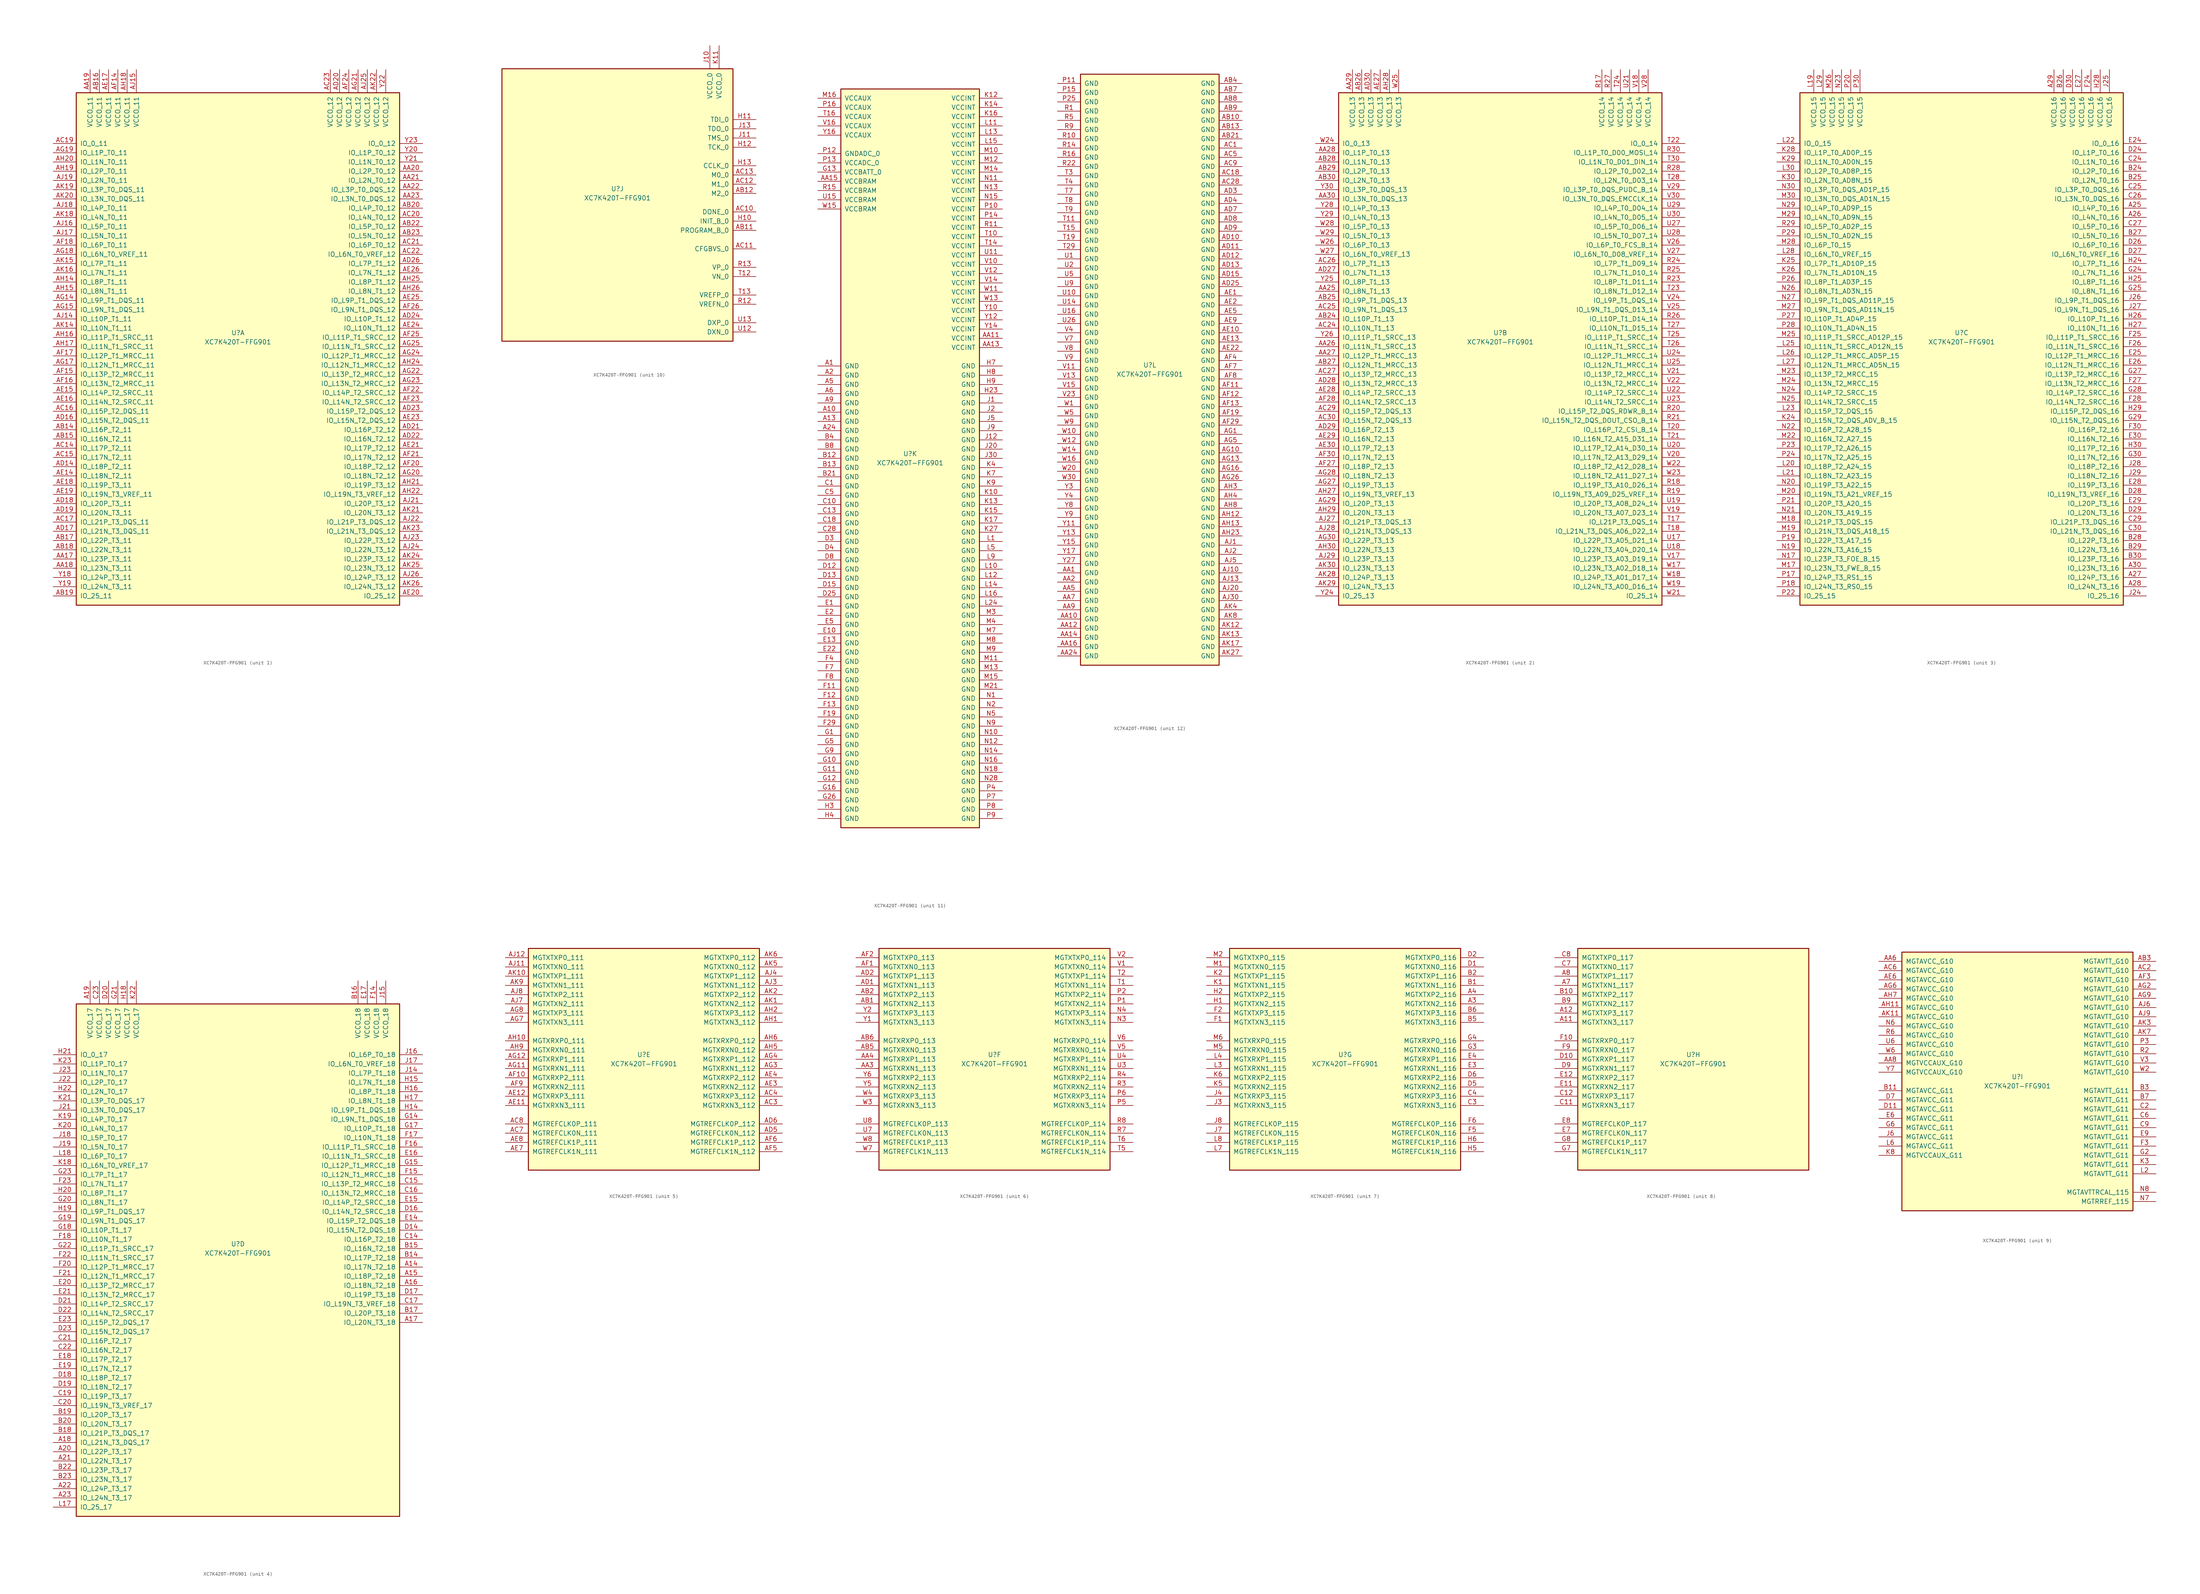
<source format=kicad_sym>
(kicad_symbol_lib
  (version 20220914)
  (generator kicad_symbol_editor)
  (symbol "XC7K420T-FFG901"
    (pin_names
      (offset 1.016))
    (property "Reference" "U"
      (at 0 1.27 0)
      (effects (font (size 1.27 1.27))))
    (property "Value" "XC7K420T-FFG901"
      (at 0 -1.27 0)
      (effects (font (size 1.27 1.27))))
    (property "Datasheet" ""
      (at 0 0 0)
      (effects (font (size 1.27 1.27))))
    (property "ki_locked" ""
      (at 0 0 0)
      (effects (font (size 1.27 1.27))))
    (symbol "XC7K420T-FFG901_1_1"
      (rectangle (start -44.45 67.31) (end 44.45 -73.66) (stroke (width 0.254) (type default)) (fill (type background)))
      (pin bidirectional line (at -50.8 -60.96 0) (length 6.35) (name "IO_L23P_T3_11" (effects (font (size 1.27 1.27)))) (number "AA17" (effects (font (size 1.27 1.27)))))
      (pin bidirectional line (at -50.8 -63.5 0) (length 6.35) (name "IO_L23N_T3_11" (effects (font (size 1.27 1.27)))) (number "AA18" (effects (font (size 1.27 1.27)))))
      (pin power_in line (at -40.64 73.66 270) (length 6.35) (name "VCCO_11" (effects (font (size 1.27 1.27)))) (number "AA19" (effects (font (size 1.27 1.27)))))
      (pin bidirectional line (at 50.8 45.72 180) (length 6.35) (name "IO_L2P_T0_12" (effects (font (size 1.27 1.27)))) (number "AA20" (effects (font (size 1.27 1.27)))))
      (pin bidirectional line (at 50.8 43.18 180) (length 6.35) (name "IO_L2N_T0_12" (effects (font (size 1.27 1.27)))) (number "AA21" (effects (font (size 1.27 1.27)))))
      (pin bidirectional line (at 50.8 40.64 180) (length 6.35) (name "IO_L3P_T0_DQS_12" (effects (font (size 1.27 1.27)))) (number "AA22" (effects (font (size 1.27 1.27)))))
      (pin bidirectional line (at 50.8 38.1 180) (length 6.35) (name "IO_L3N_T0_DQS_12" (effects (font (size 1.27 1.27)))) (number "AA23" (effects (font (size 1.27 1.27)))))
      (pin bidirectional line (at -50.8 -25.4 0) (length 6.35) (name "IO_L16P_T2_11" (effects (font (size 1.27 1.27)))) (number "AB14" (effects (font (size 1.27 1.27)))))
      (pin bidirectional line (at -50.8 -27.94 0) (length 6.35) (name "IO_L16N_T2_11" (effects (font (size 1.27 1.27)))) (number "AB15" (effects (font (size 1.27 1.27)))))
      (pin power_in line (at -38.1 73.66 270) (length 6.35) (name "VCCO_11" (effects (font (size 1.27 1.27)))) (number "AB16" (effects (font (size 1.27 1.27)))))
      (pin bidirectional line (at -50.8 -55.88 0) (length 6.35) (name "IO_L22P_T3_11" (effects (font (size 1.27 1.27)))) (number "AB17" (effects (font (size 1.27 1.27)))))
      (pin bidirectional line (at -50.8 -58.42 0) (length 6.35) (name "IO_L22N_T3_11" (effects (font (size 1.27 1.27)))) (number "AB18" (effects (font (size 1.27 1.27)))))
      (pin bidirectional line (at -50.8 -71.12 0) (length 6.35) (name "IO_25_11" (effects (font (size 1.27 1.27)))) (number "AB19" (effects (font (size 1.27 1.27)))))
      (pin bidirectional line (at 50.8 35.56 180) (length 6.35) (name "IO_L4P_T0_12" (effects (font (size 1.27 1.27)))) (number "AB20" (effects (font (size 1.27 1.27)))))
      (pin bidirectional line (at 50.8 30.48 180) (length 6.35) (name "IO_L5P_T0_12" (effects (font (size 1.27 1.27)))) (number "AB22" (effects (font (size 1.27 1.27)))))
      (pin bidirectional line (at 50.8 27.94 180) (length 6.35) (name "IO_L5N_T0_12" (effects (font (size 1.27 1.27)))) (number "AB23" (effects (font (size 1.27 1.27)))))
      (pin bidirectional line (at -50.8 -30.48 0) (length 6.35) (name "IO_L17P_T2_11" (effects (font (size 1.27 1.27)))) (number "AC14" (effects (font (size 1.27 1.27)))))
      (pin bidirectional line (at -50.8 -33.02 0) (length 6.35) (name "IO_L17N_T2_11" (effects (font (size 1.27 1.27)))) (number "AC15" (effects (font (size 1.27 1.27)))))
      (pin bidirectional line (at -50.8 -20.32 0) (length 6.35) (name "IO_L15P_T2_DQS_11" (effects (font (size 1.27 1.27)))) (number "AC16" (effects (font (size 1.27 1.27)))))
      (pin bidirectional line (at -50.8 -50.8 0) (length 6.35) (name "IO_L21P_T3_DQS_11" (effects (font (size 1.27 1.27)))) (number "AC17" (effects (font (size 1.27 1.27)))))
      (pin bidirectional line (at -50.8 53.34 0) (length 6.35) (name "IO_0_11" (effects (font (size 1.27 1.27)))) (number "AC19" (effects (font (size 1.27 1.27)))))
      (pin bidirectional line (at 50.8 33.02 180) (length 6.35) (name "IO_L4N_T0_12" (effects (font (size 1.27 1.27)))) (number "AC20" (effects (font (size 1.27 1.27)))))
      (pin bidirectional line (at 50.8 25.4 180) (length 6.35) (name "IO_L6P_T0_12" (effects (font (size 1.27 1.27)))) (number "AC21" (effects (font (size 1.27 1.27)))))
      (pin bidirectional line (at 50.8 22.86 180) (length 6.35) (name "IO_L6N_T0_VREF_12" (effects (font (size 1.27 1.27)))) (number "AC22" (effects (font (size 1.27 1.27)))))
      (pin power_in line (at 25.4 73.66 270) (length 6.35) (name "VCCO_12" (effects (font (size 1.27 1.27)))) (number "AC23" (effects (font (size 1.27 1.27)))))
      (pin bidirectional line (at -50.8 -35.56 0) (length 6.35) (name "IO_L18P_T2_11" (effects (font (size 1.27 1.27)))) (number "AD14" (effects (font (size 1.27 1.27)))))
      (pin bidirectional line (at -50.8 -22.86 0) (length 6.35) (name "IO_L15N_T2_DQS_11" (effects (font (size 1.27 1.27)))) (number "AD16" (effects (font (size 1.27 1.27)))))
      (pin bidirectional line (at -50.8 -53.34 0) (length 6.35) (name "IO_L21N_T3_DQS_11" (effects (font (size 1.27 1.27)))) (number "AD17" (effects (font (size 1.27 1.27)))))
      (pin bidirectional line (at -50.8 -45.72 0) (length 6.35) (name "IO_L20P_T3_11" (effects (font (size 1.27 1.27)))) (number "AD18" (effects (font (size 1.27 1.27)))))
      (pin bidirectional line (at -50.8 -48.26 0) (length 6.35) (name "IO_L20N_T3_11" (effects (font (size 1.27 1.27)))) (number "AD19" (effects (font (size 1.27 1.27)))))
      (pin power_in line (at 27.94 73.66 270) (length 6.35) (name "VCCO_12" (effects (font (size 1.27 1.27)))) (number "AD20" (effects (font (size 1.27 1.27)))))
      (pin bidirectional line (at 50.8 -25.4 180) (length 6.35) (name "IO_L16P_T2_12" (effects (font (size 1.27 1.27)))) (number "AD21" (effects (font (size 1.27 1.27)))))
      (pin bidirectional line (at 50.8 -27.94 180) (length 6.35) (name "IO_L16N_T2_12" (effects (font (size 1.27 1.27)))) (number "AD22" (effects (font (size 1.27 1.27)))))
      (pin bidirectional line (at 50.8 -20.32 180) (length 6.35) (name "IO_L15P_T2_DQS_12" (effects (font (size 1.27 1.27)))) (number "AD23" (effects (font (size 1.27 1.27)))))
      (pin bidirectional line (at 50.8 5.08 180) (length 6.35) (name "IO_L10P_T1_12" (effects (font (size 1.27 1.27)))) (number "AD24" (effects (font (size 1.27 1.27)))))
      (pin bidirectional line (at 50.8 20.32 180) (length 6.35) (name "IO_L7P_T1_12" (effects (font (size 1.27 1.27)))) (number "AD26" (effects (font (size 1.27 1.27)))))
      (pin bidirectional line (at -50.8 -38.1 0) (length 6.35) (name "IO_L18N_T2_11" (effects (font (size 1.27 1.27)))) (number "AE14" (effects (font (size 1.27 1.27)))))
      (pin bidirectional line (at -50.8 -15.24 0) (length 6.35) (name "IO_L14P_T2_SRCC_11" (effects (font (size 1.27 1.27)))) (number "AE15" (effects (font (size 1.27 1.27)))))
      (pin bidirectional line (at -50.8 -17.78 0) (length 6.35) (name "IO_L14N_T2_SRCC_11" (effects (font (size 1.27 1.27)))) (number "AE16" (effects (font (size 1.27 1.27)))))
      (pin power_in line (at -35.56 73.66 270) (length 6.35) (name "VCCO_11" (effects (font (size 1.27 1.27)))) (number "AE17" (effects (font (size 1.27 1.27)))))
      (pin bidirectional line (at -50.8 -40.64 0) (length 6.35) (name "IO_L19P_T3_11" (effects (font (size 1.27 1.27)))) (number "AE18" (effects (font (size 1.27 1.27)))))
      (pin bidirectional line (at -50.8 -43.18 0) (length 6.35) (name "IO_L19N_T3_VREF_11" (effects (font (size 1.27 1.27)))) (number "AE19" (effects (font (size 1.27 1.27)))))
      (pin bidirectional line (at 50.8 -71.12 180) (length 6.35) (name "IO_25_12" (effects (font (size 1.27 1.27)))) (number "AE20" (effects (font (size 1.27 1.27)))))
      (pin bidirectional line (at 50.8 -30.48 180) (length 6.35) (name "IO_L17P_T2_12" (effects (font (size 1.27 1.27)))) (number "AE21" (effects (font (size 1.27 1.27)))))
      (pin bidirectional line (at 50.8 -22.86 180) (length 6.35) (name "IO_L15N_T2_DQS_12" (effects (font (size 1.27 1.27)))) (number "AE23" (effects (font (size 1.27 1.27)))))
      (pin bidirectional line (at 50.8 2.54 180) (length 6.35) (name "IO_L10N_T1_12" (effects (font (size 1.27 1.27)))) (number "AE24" (effects (font (size 1.27 1.27)))))
      (pin bidirectional line (at 50.8 10.16 180) (length 6.35) (name "IO_L9P_T1_DQS_12" (effects (font (size 1.27 1.27)))) (number "AE25" (effects (font (size 1.27 1.27)))))
      (pin bidirectional line (at 50.8 17.78 180) (length 6.35) (name "IO_L7N_T1_12" (effects (font (size 1.27 1.27)))) (number "AE26" (effects (font (size 1.27 1.27)))))
      (pin power_in line (at -33.02 73.66 270) (length 6.35) (name "VCCO_11" (effects (font (size 1.27 1.27)))) (number "AF14" (effects (font (size 1.27 1.27)))))
      (pin bidirectional line (at -50.8 -10.16 0) (length 6.35) (name "IO_L13P_T2_MRCC_11" (effects (font (size 1.27 1.27)))) (number "AF15" (effects (font (size 1.27 1.27)))))
      (pin bidirectional line (at -50.8 -12.7 0) (length 6.35) (name "IO_L13N_T2_MRCC_11" (effects (font (size 1.27 1.27)))) (number "AF16" (effects (font (size 1.27 1.27)))))
      (pin bidirectional line (at -50.8 -5.08 0) (length 6.35) (name "IO_L12P_T1_MRCC_11" (effects (font (size 1.27 1.27)))) (number "AF17" (effects (font (size 1.27 1.27)))))
      (pin bidirectional line (at -50.8 25.4 0) (length 6.35) (name "IO_L6P_T0_11" (effects (font (size 1.27 1.27)))) (number "AF18" (effects (font (size 1.27 1.27)))))
      (pin bidirectional line (at 50.8 -35.56 180) (length 6.35) (name "IO_L18P_T2_12" (effects (font (size 1.27 1.27)))) (number "AF20" (effects (font (size 1.27 1.27)))))
      (pin bidirectional line (at 50.8 -33.02 180) (length 6.35) (name "IO_L17N_T2_12" (effects (font (size 1.27 1.27)))) (number "AF21" (effects (font (size 1.27 1.27)))))
      (pin bidirectional line (at 50.8 -15.24 180) (length 6.35) (name "IO_L14P_T2_SRCC_12" (effects (font (size 1.27 1.27)))) (number "AF22" (effects (font (size 1.27 1.27)))))
      (pin bidirectional line (at 50.8 -17.78 180) (length 6.35) (name "IO_L14N_T2_SRCC_12" (effects (font (size 1.27 1.27)))) (number "AF23" (effects (font (size 1.27 1.27)))))
      (pin power_in line (at 30.48 73.66 270) (length 6.35) (name "VCCO_12" (effects (font (size 1.27 1.27)))) (number "AF24" (effects (font (size 1.27 1.27)))))
      (pin bidirectional line (at 50.8 0 180) (length 6.35) (name "IO_L11P_T1_SRCC_12" (effects (font (size 1.27 1.27)))) (number "AF25" (effects (font (size 1.27 1.27)))))
      (pin bidirectional line (at 50.8 7.62 180) (length 6.35) (name "IO_L9N_T1_DQS_12" (effects (font (size 1.27 1.27)))) (number "AF26" (effects (font (size 1.27 1.27)))))
      (pin bidirectional line (at -50.8 10.16 0) (length 6.35) (name "IO_L9P_T1_DQS_11" (effects (font (size 1.27 1.27)))) (number "AG14" (effects (font (size 1.27 1.27)))))
      (pin bidirectional line (at -50.8 7.62 0) (length 6.35) (name "IO_L9N_T1_DQS_11" (effects (font (size 1.27 1.27)))) (number "AG15" (effects (font (size 1.27 1.27)))))
      (pin bidirectional line (at -50.8 -7.62 0) (length 6.35) (name "IO_L12N_T1_MRCC_11" (effects (font (size 1.27 1.27)))) (number "AG17" (effects (font (size 1.27 1.27)))))
      (pin bidirectional line (at -50.8 22.86 0) (length 6.35) (name "IO_L6N_T0_VREF_11" (effects (font (size 1.27 1.27)))) (number "AG18" (effects (font (size 1.27 1.27)))))
      (pin bidirectional line (at -50.8 50.8 0) (length 6.35) (name "IO_L1P_T0_11" (effects (font (size 1.27 1.27)))) (number "AG19" (effects (font (size 1.27 1.27)))))
      (pin bidirectional line (at 50.8 -38.1 180) (length 6.35) (name "IO_L18N_T2_12" (effects (font (size 1.27 1.27)))) (number "AG20" (effects (font (size 1.27 1.27)))))
      (pin power_in line (at 33.02 73.66 270) (length 6.35) (name "VCCO_12" (effects (font (size 1.27 1.27)))) (number "AG21" (effects (font (size 1.27 1.27)))))
      (pin bidirectional line (at 50.8 -10.16 180) (length 6.35) (name "IO_L13P_T2_MRCC_12" (effects (font (size 1.27 1.27)))) (number "AG22" (effects (font (size 1.27 1.27)))))
      (pin bidirectional line (at 50.8 -12.7 180) (length 6.35) (name "IO_L13N_T2_MRCC_12" (effects (font (size 1.27 1.27)))) (number "AG23" (effects (font (size 1.27 1.27)))))
      (pin bidirectional line (at 50.8 -5.08 180) (length 6.35) (name "IO_L12P_T1_MRCC_12" (effects (font (size 1.27 1.27)))) (number "AG24" (effects (font (size 1.27 1.27)))))
      (pin bidirectional line (at 50.8 -2.54 180) (length 6.35) (name "IO_L11N_T1_SRCC_12" (effects (font (size 1.27 1.27)))) (number "AG25" (effects (font (size 1.27 1.27)))))
      (pin bidirectional line (at -50.8 15.24 0) (length 6.35) (name "IO_L8P_T1_11" (effects (font (size 1.27 1.27)))) (number "AH14" (effects (font (size 1.27 1.27)))))
      (pin bidirectional line (at -50.8 12.7 0) (length 6.35) (name "IO_L8N_T1_11" (effects (font (size 1.27 1.27)))) (number "AH15" (effects (font (size 1.27 1.27)))))
      (pin bidirectional line (at -50.8 0 0) (length 6.35) (name "IO_L11P_T1_SRCC_11" (effects (font (size 1.27 1.27)))) (number "AH16" (effects (font (size 1.27 1.27)))))
      (pin bidirectional line (at -50.8 -2.54 0) (length 6.35) (name "IO_L11N_T1_SRCC_11" (effects (font (size 1.27 1.27)))) (number "AH17" (effects (font (size 1.27 1.27)))))
      (pin power_in line (at -30.48 73.66 270) (length 6.35) (name "VCCO_11" (effects (font (size 1.27 1.27)))) (number "AH18" (effects (font (size 1.27 1.27)))))
      (pin bidirectional line (at -50.8 45.72 0) (length 6.35) (name "IO_L2P_T0_11" (effects (font (size 1.27 1.27)))) (number "AH19" (effects (font (size 1.27 1.27)))))
      (pin bidirectional line (at -50.8 48.26 0) (length 6.35) (name "IO_L1N_T0_11" (effects (font (size 1.27 1.27)))) (number "AH20" (effects (font (size 1.27 1.27)))))
      (pin bidirectional line (at 50.8 -40.64 180) (length 6.35) (name "IO_L19P_T3_12" (effects (font (size 1.27 1.27)))) (number "AH21" (effects (font (size 1.27 1.27)))))
      (pin bidirectional line (at 50.8 -43.18 180) (length 6.35) (name "IO_L19N_T3_VREF_12" (effects (font (size 1.27 1.27)))) (number "AH22" (effects (font (size 1.27 1.27)))))
      (pin bidirectional line (at 50.8 -7.62 180) (length 6.35) (name "IO_L12N_T1_MRCC_12" (effects (font (size 1.27 1.27)))) (number "AH24" (effects (font (size 1.27 1.27)))))
      (pin bidirectional line (at 50.8 15.24 180) (length 6.35) (name "IO_L8P_T1_12" (effects (font (size 1.27 1.27)))) (number "AH25" (effects (font (size 1.27 1.27)))))
      (pin bidirectional line (at 50.8 12.7 180) (length 6.35) (name "IO_L8N_T1_12" (effects (font (size 1.27 1.27)))) (number "AH26" (effects (font (size 1.27 1.27)))))
      (pin bidirectional line (at -50.8 5.08 0) (length 6.35) (name "IO_L10P_T1_11" (effects (font (size 1.27 1.27)))) (number "AJ14" (effects (font (size 1.27 1.27)))))
      (pin power_in line (at -27.94 73.66 270) (length 6.35) (name "VCCO_11" (effects (font (size 1.27 1.27)))) (number "AJ15" (effects (font (size 1.27 1.27)))))
      (pin bidirectional line (at -50.8 30.48 0) (length 6.35) (name "IO_L5P_T0_11" (effects (font (size 1.27 1.27)))) (number "AJ16" (effects (font (size 1.27 1.27)))))
      (pin bidirectional line (at -50.8 27.94 0) (length 6.35) (name "IO_L5N_T0_11" (effects (font (size 1.27 1.27)))) (number "AJ17" (effects (font (size 1.27 1.27)))))
      (pin bidirectional line (at -50.8 35.56 0) (length 6.35) (name "IO_L4P_T0_11" (effects (font (size 1.27 1.27)))) (number "AJ18" (effects (font (size 1.27 1.27)))))
      (pin bidirectional line (at -50.8 43.18 0) (length 6.35) (name "IO_L2N_T0_11" (effects (font (size 1.27 1.27)))) (number "AJ19" (effects (font (size 1.27 1.27)))))
      (pin bidirectional line (at 50.8 -45.72 180) (length 6.35) (name "IO_L20P_T3_12" (effects (font (size 1.27 1.27)))) (number "AJ21" (effects (font (size 1.27 1.27)))))
      (pin bidirectional line (at 50.8 -50.8 180) (length 6.35) (name "IO_L21P_T3_DQS_12" (effects (font (size 1.27 1.27)))) (number "AJ22" (effects (font (size 1.27 1.27)))))
      (pin bidirectional line (at 50.8 -55.88 180) (length 6.35) (name "IO_L22P_T3_12" (effects (font (size 1.27 1.27)))) (number "AJ23" (effects (font (size 1.27 1.27)))))
      (pin bidirectional line (at 50.8 -58.42 180) (length 6.35) (name "IO_L22N_T3_12" (effects (font (size 1.27 1.27)))) (number "AJ24" (effects (font (size 1.27 1.27)))))
      (pin power_in line (at 35.56 73.66 270) (length 6.35) (name "VCCO_12" (effects (font (size 1.27 1.27)))) (number "AJ25" (effects (font (size 1.27 1.27)))))
      (pin bidirectional line (at 50.8 -66.04 180) (length 6.35) (name "IO_L24P_T3_12" (effects (font (size 1.27 1.27)))) (number "AJ26" (effects (font (size 1.27 1.27)))))
      (pin bidirectional line (at -50.8 2.54 0) (length 6.35) (name "IO_L10N_T1_11" (effects (font (size 1.27 1.27)))) (number "AK14" (effects (font (size 1.27 1.27)))))
      (pin bidirectional line (at -50.8 20.32 0) (length 6.35) (name "IO_L7P_T1_11" (effects (font (size 1.27 1.27)))) (number "AK15" (effects (font (size 1.27 1.27)))))
      (pin bidirectional line (at -50.8 17.78 0) (length 6.35) (name "IO_L7N_T1_11" (effects (font (size 1.27 1.27)))) (number "AK16" (effects (font (size 1.27 1.27)))))
      (pin bidirectional line (at -50.8 33.02 0) (length 6.35) (name "IO_L4N_T0_11" (effects (font (size 1.27 1.27)))) (number "AK18" (effects (font (size 1.27 1.27)))))
      (pin bidirectional line (at -50.8 40.64 0) (length 6.35) (name "IO_L3P_T0_DQS_11" (effects (font (size 1.27 1.27)))) (number "AK19" (effects (font (size 1.27 1.27)))))
      (pin bidirectional line (at -50.8 38.1 0) (length 6.35) (name "IO_L3N_T0_DQS_11" (effects (font (size 1.27 1.27)))) (number "AK20" (effects (font (size 1.27 1.27)))))
      (pin bidirectional line (at 50.8 -48.26 180) (length 6.35) (name "IO_L20N_T3_12" (effects (font (size 1.27 1.27)))) (number "AK21" (effects (font (size 1.27 1.27)))))
      (pin power_in line (at 38.1 73.66 270) (length 6.35) (name "VCCO_12" (effects (font (size 1.27 1.27)))) (number "AK22" (effects (font (size 1.27 1.27)))))
      (pin bidirectional line (at 50.8 -53.34 180) (length 6.35) (name "IO_L21N_T3_DQS_12" (effects (font (size 1.27 1.27)))) (number "AK23" (effects (font (size 1.27 1.27)))))
      (pin bidirectional line (at 50.8 -60.96 180) (length 6.35) (name "IO_L23P_T3_12" (effects (font (size 1.27 1.27)))) (number "AK24" (effects (font (size 1.27 1.27)))))
      (pin bidirectional line (at 50.8 -63.5 180) (length 6.35) (name "IO_L23N_T3_12" (effects (font (size 1.27 1.27)))) (number "AK25" (effects (font (size 1.27 1.27)))))
      (pin bidirectional line (at 50.8 -68.58 180) (length 6.35) (name "IO_L24N_T3_12" (effects (font (size 1.27 1.27)))) (number "AK26" (effects (font (size 1.27 1.27)))))
      (pin bidirectional line (at -50.8 -66.04 0) (length 6.35) (name "IO_L24P_T3_11" (effects (font (size 1.27 1.27)))) (number "Y18" (effects (font (size 1.27 1.27)))))
      (pin bidirectional line (at -50.8 -68.58 0) (length 6.35) (name "IO_L24N_T3_11" (effects (font (size 1.27 1.27)))) (number "Y19" (effects (font (size 1.27 1.27)))))
      (pin bidirectional line (at 50.8 50.8 180) (length 6.35) (name "IO_L1P_T0_12" (effects (font (size 1.27 1.27)))) (number "Y20" (effects (font (size 1.27 1.27)))))
      (pin bidirectional line (at 50.8 48.26 180) (length 6.35) (name "IO_L1N_T0_12" (effects (font (size 1.27 1.27)))) (number "Y21" (effects (font (size 1.27 1.27)))))
      (pin power_in line (at 40.64 73.66 270) (length 6.35) (name "VCCO_12" (effects (font (size 1.27 1.27)))) (number "Y22" (effects (font (size 1.27 1.27)))))
      (pin bidirectional line (at 50.8 53.34 180) (length 6.35) (name "IO_0_12" (effects (font (size 1.27 1.27)))) (number "Y23" (effects (font (size 1.27 1.27))))))
    (symbol "XC7K420T-FFG901_2_1"
      (rectangle (start -44.45 67.31) (end 44.45 -73.66) (stroke (width 0.254) (type default)) (fill (type background)))
      (pin bidirectional line (at -50.8 12.7 0) (length 6.35) (name "IO_L8N_T1_13" (effects (font (size 1.27 1.27)))) (number "AA25" (effects (font (size 1.27 1.27)))))
      (pin bidirectional line (at -50.8 -2.54 0) (length 6.35) (name "IO_L11N_T1_SRCC_13" (effects (font (size 1.27 1.27)))) (number "AA26" (effects (font (size 1.27 1.27)))))
      (pin bidirectional line (at -50.8 -5.08 0) (length 6.35) (name "IO_L12P_T1_MRCC_13" (effects (font (size 1.27 1.27)))) (number "AA27" (effects (font (size 1.27 1.27)))))
      (pin bidirectional line (at -50.8 50.8 0) (length 6.35) (name "IO_L1P_T0_13" (effects (font (size 1.27 1.27)))) (number "AA28" (effects (font (size 1.27 1.27)))))
      (pin power_in line (at -40.64 73.66 270) (length 6.35) (name "VCCO_13" (effects (font (size 1.27 1.27)))) (number "AA29" (effects (font (size 1.27 1.27)))))
      (pin bidirectional line (at -50.8 38.1 0) (length 6.35) (name "IO_L3N_T0_DQS_13" (effects (font (size 1.27 1.27)))) (number "AA30" (effects (font (size 1.27 1.27)))))
      (pin bidirectional line (at -50.8 5.08 0) (length 6.35) (name "IO_L10P_T1_13" (effects (font (size 1.27 1.27)))) (number "AB24" (effects (font (size 1.27 1.27)))))
      (pin bidirectional line (at -50.8 10.16 0) (length 6.35) (name "IO_L9P_T1_DQS_13" (effects (font (size 1.27 1.27)))) (number "AB25" (effects (font (size 1.27 1.27)))))
      (pin power_in line (at -38.1 73.66 270) (length 6.35) (name "VCCO_13" (effects (font (size 1.27 1.27)))) (number "AB26" (effects (font (size 1.27 1.27)))))
      (pin bidirectional line (at -50.8 -7.62 0) (length 6.35) (name "IO_L12N_T1_MRCC_13" (effects (font (size 1.27 1.27)))) (number "AB27" (effects (font (size 1.27 1.27)))))
      (pin bidirectional line (at -50.8 48.26 0) (length 6.35) (name "IO_L1N_T0_13" (effects (font (size 1.27 1.27)))) (number "AB28" (effects (font (size 1.27 1.27)))))
      (pin bidirectional line (at -50.8 45.72 0) (length 6.35) (name "IO_L2P_T0_13" (effects (font (size 1.27 1.27)))) (number "AB29" (effects (font (size 1.27 1.27)))))
      (pin bidirectional line (at -50.8 43.18 0) (length 6.35) (name "IO_L2N_T0_13" (effects (font (size 1.27 1.27)))) (number "AB30" (effects (font (size 1.27 1.27)))))
      (pin bidirectional line (at -50.8 2.54 0) (length 6.35) (name "IO_L10N_T1_13" (effects (font (size 1.27 1.27)))) (number "AC24" (effects (font (size 1.27 1.27)))))
      (pin bidirectional line (at -50.8 7.62 0) (length 6.35) (name "IO_L9N_T1_DQS_13" (effects (font (size 1.27 1.27)))) (number "AC25" (effects (font (size 1.27 1.27)))))
      (pin bidirectional line (at -50.8 20.32 0) (length 6.35) (name "IO_L7P_T1_13" (effects (font (size 1.27 1.27)))) (number "AC26" (effects (font (size 1.27 1.27)))))
      (pin bidirectional line (at -50.8 -10.16 0) (length 6.35) (name "IO_L13P_T2_MRCC_13" (effects (font (size 1.27 1.27)))) (number "AC27" (effects (font (size 1.27 1.27)))))
      (pin bidirectional line (at -50.8 -20.32 0) (length 6.35) (name "IO_L15P_T2_DQS_13" (effects (font (size 1.27 1.27)))) (number "AC29" (effects (font (size 1.27 1.27)))))
      (pin bidirectional line (at -50.8 -22.86 0) (length 6.35) (name "IO_L15N_T2_DQS_13" (effects (font (size 1.27 1.27)))) (number "AC30" (effects (font (size 1.27 1.27)))))
      (pin bidirectional line (at -50.8 17.78 0) (length 6.35) (name "IO_L7N_T1_13" (effects (font (size 1.27 1.27)))) (number "AD27" (effects (font (size 1.27 1.27)))))
      (pin bidirectional line (at -50.8 -12.7 0) (length 6.35) (name "IO_L13N_T2_MRCC_13" (effects (font (size 1.27 1.27)))) (number "AD28" (effects (font (size 1.27 1.27)))))
      (pin bidirectional line (at -50.8 -25.4 0) (length 6.35) (name "IO_L16P_T2_13" (effects (font (size 1.27 1.27)))) (number "AD29" (effects (font (size 1.27 1.27)))))
      (pin power_in line (at -35.56 73.66 270) (length 6.35) (name "VCCO_13" (effects (font (size 1.27 1.27)))) (number "AD30" (effects (font (size 1.27 1.27)))))
      (pin power_in line (at -33.02 73.66 270) (length 6.35) (name "VCCO_13" (effects (font (size 1.27 1.27)))) (number "AE27" (effects (font (size 1.27 1.27)))))
      (pin bidirectional line (at -50.8 -15.24 0) (length 6.35) (name "IO_L14P_T2_SRCC_13" (effects (font (size 1.27 1.27)))) (number "AE28" (effects (font (size 1.27 1.27)))))
      (pin bidirectional line (at -50.8 -27.94 0) (length 6.35) (name "IO_L16N_T2_13" (effects (font (size 1.27 1.27)))) (number "AE29" (effects (font (size 1.27 1.27)))))
      (pin bidirectional line (at -50.8 -30.48 0) (length 6.35) (name "IO_L17P_T2_13" (effects (font (size 1.27 1.27)))) (number "AE30" (effects (font (size 1.27 1.27)))))
      (pin bidirectional line (at -50.8 -35.56 0) (length 6.35) (name "IO_L18P_T2_13" (effects (font (size 1.27 1.27)))) (number "AF27" (effects (font (size 1.27 1.27)))))
      (pin bidirectional line (at -50.8 -17.78 0) (length 6.35) (name "IO_L14N_T2_SRCC_13" (effects (font (size 1.27 1.27)))) (number "AF28" (effects (font (size 1.27 1.27)))))
      (pin bidirectional line (at -50.8 -33.02 0) (length 6.35) (name "IO_L17N_T2_13" (effects (font (size 1.27 1.27)))) (number "AF30" (effects (font (size 1.27 1.27)))))
      (pin bidirectional line (at -50.8 -40.64 0) (length 6.35) (name "IO_L19P_T3_13" (effects (font (size 1.27 1.27)))) (number "AG27" (effects (font (size 1.27 1.27)))))
      (pin bidirectional line (at -50.8 -38.1 0) (length 6.35) (name "IO_L18N_T2_13" (effects (font (size 1.27 1.27)))) (number "AG28" (effects (font (size 1.27 1.27)))))
      (pin bidirectional line (at -50.8 -45.72 0) (length 6.35) (name "IO_L20P_T3_13" (effects (font (size 1.27 1.27)))) (number "AG29" (effects (font (size 1.27 1.27)))))
      (pin bidirectional line (at -50.8 -55.88 0) (length 6.35) (name "IO_L22P_T3_13" (effects (font (size 1.27 1.27)))) (number "AG30" (effects (font (size 1.27 1.27)))))
      (pin bidirectional line (at -50.8 -43.18 0) (length 6.35) (name "IO_L19N_T3_VREF_13" (effects (font (size 1.27 1.27)))) (number "AH27" (effects (font (size 1.27 1.27)))))
      (pin power_in line (at -30.48 73.66 270) (length 6.35) (name "VCCO_13" (effects (font (size 1.27 1.27)))) (number "AH28" (effects (font (size 1.27 1.27)))))
      (pin bidirectional line (at -50.8 -48.26 0) (length 6.35) (name "IO_L20N_T3_13" (effects (font (size 1.27 1.27)))) (number "AH29" (effects (font (size 1.27 1.27)))))
      (pin bidirectional line (at -50.8 -58.42 0) (length 6.35) (name "IO_L22N_T3_13" (effects (font (size 1.27 1.27)))) (number "AH30" (effects (font (size 1.27 1.27)))))
      (pin bidirectional line (at -50.8 -50.8 0) (length 6.35) (name "IO_L21P_T3_DQS_13" (effects (font (size 1.27 1.27)))) (number "AJ27" (effects (font (size 1.27 1.27)))))
      (pin bidirectional line (at -50.8 -53.34 0) (length 6.35) (name "IO_L21N_T3_DQS_13" (effects (font (size 1.27 1.27)))) (number "AJ28" (effects (font (size 1.27 1.27)))))
      (pin bidirectional line (at -50.8 -60.96 0) (length 6.35) (name "IO_L23P_T3_13" (effects (font (size 1.27 1.27)))) (number "AJ29" (effects (font (size 1.27 1.27)))))
      (pin bidirectional line (at -50.8 -66.04 0) (length 6.35) (name "IO_L24P_T3_13" (effects (font (size 1.27 1.27)))) (number "AK28" (effects (font (size 1.27 1.27)))))
      (pin bidirectional line (at -50.8 -68.58 0) (length 6.35) (name "IO_L24N_T3_13" (effects (font (size 1.27 1.27)))) (number "AK29" (effects (font (size 1.27 1.27)))))
      (pin bidirectional line (at -50.8 -63.5 0) (length 6.35) (name "IO_L23N_T3_13" (effects (font (size 1.27 1.27)))) (number "AK30" (effects (font (size 1.27 1.27)))))
      (pin power_in line (at 27.94 73.66 270) (length 6.35) (name "VCCO_14" (effects (font (size 1.27 1.27)))) (number "R17" (effects (font (size 1.27 1.27)))))
      (pin bidirectional line (at 50.8 -40.64 180) (length 6.35) (name "IO_L19P_T3_A10_D26_14" (effects (font (size 1.27 1.27)))) (number "R18" (effects (font (size 1.27 1.27)))))
      (pin bidirectional line (at 50.8 -43.18 180) (length 6.35) (name "IO_L19N_T3_A09_D25_VREF_14" (effects (font (size 1.27 1.27)))) (number "R19" (effects (font (size 1.27 1.27)))))
      (pin bidirectional line (at 50.8 -20.32 180) (length 6.35) (name "IO_L15P_T2_DQS_RDWR_B_14" (effects (font (size 1.27 1.27)))) (number "R20" (effects (font (size 1.27 1.27)))))
      (pin bidirectional line (at 50.8 -22.86 180) (length 6.35) (name "IO_L15N_T2_DQS_DOUT_CSO_B_14" (effects (font (size 1.27 1.27)))) (number "R21" (effects (font (size 1.27 1.27)))))
      (pin bidirectional line (at 50.8 15.24 180) (length 6.35) (name "IO_L8P_T1_D11_14" (effects (font (size 1.27 1.27)))) (number "R23" (effects (font (size 1.27 1.27)))))
      (pin bidirectional line (at 50.8 20.32 180) (length 6.35) (name "IO_L7P_T1_D09_14" (effects (font (size 1.27 1.27)))) (number "R24" (effects (font (size 1.27 1.27)))))
      (pin bidirectional line (at 50.8 17.78 180) (length 6.35) (name "IO_L7N_T1_D10_14" (effects (font (size 1.27 1.27)))) (number "R25" (effects (font (size 1.27 1.27)))))
      (pin bidirectional line (at 50.8 5.08 180) (length 6.35) (name "IO_L10P_T1_D14_14" (effects (font (size 1.27 1.27)))) (number "R26" (effects (font (size 1.27 1.27)))))
      (pin power_in line (at 30.48 73.66 270) (length 6.35) (name "VCCO_14" (effects (font (size 1.27 1.27)))) (number "R27" (effects (font (size 1.27 1.27)))))
      (pin bidirectional line (at 50.8 45.72 180) (length 6.35) (name "IO_L2P_T0_D02_14" (effects (font (size 1.27 1.27)))) (number "R28" (effects (font (size 1.27 1.27)))))
      (pin bidirectional line (at 50.8 50.8 180) (length 6.35) (name "IO_L1P_T0_D00_MOSI_14" (effects (font (size 1.27 1.27)))) (number "R30" (effects (font (size 1.27 1.27)))))
      (pin bidirectional line (at 50.8 -50.8 180) (length 6.35) (name "IO_L21P_T3_DQS_14" (effects (font (size 1.27 1.27)))) (number "T17" (effects (font (size 1.27 1.27)))))
      (pin bidirectional line (at 50.8 -53.34 180) (length 6.35) (name "IO_L21N_T3_DQS_A06_D22_14" (effects (font (size 1.27 1.27)))) (number "T18" (effects (font (size 1.27 1.27)))))
      (pin bidirectional line (at 50.8 -25.4 180) (length 6.35) (name "IO_L16P_T2_CSI_B_14" (effects (font (size 1.27 1.27)))) (number "T20" (effects (font (size 1.27 1.27)))))
      (pin bidirectional line (at 50.8 -27.94 180) (length 6.35) (name "IO_L16N_T2_A15_D31_14" (effects (font (size 1.27 1.27)))) (number "T21" (effects (font (size 1.27 1.27)))))
      (pin bidirectional line (at 50.8 53.34 180) (length 6.35) (name "IO_0_14" (effects (font (size 1.27 1.27)))) (number "T22" (effects (font (size 1.27 1.27)))))
      (pin bidirectional line (at 50.8 12.7 180) (length 6.35) (name "IO_L8N_T1_D12_14" (effects (font (size 1.27 1.27)))) (number "T23" (effects (font (size 1.27 1.27)))))
      (pin power_in line (at 33.02 73.66 270) (length 6.35) (name "VCCO_14" (effects (font (size 1.27 1.27)))) (number "T24" (effects (font (size 1.27 1.27)))))
      (pin bidirectional line (at 50.8 0 180) (length 6.35) (name "IO_L11P_T1_SRCC_14" (effects (font (size 1.27 1.27)))) (number "T25" (effects (font (size 1.27 1.27)))))
      (pin bidirectional line (at 50.8 -2.54 180) (length 6.35) (name "IO_L11N_T1_SRCC_14" (effects (font (size 1.27 1.27)))) (number "T26" (effects (font (size 1.27 1.27)))))
      (pin bidirectional line (at 50.8 2.54 180) (length 6.35) (name "IO_L10N_T1_D15_14" (effects (font (size 1.27 1.27)))) (number "T27" (effects (font (size 1.27 1.27)))))
      (pin bidirectional line (at 50.8 43.18 180) (length 6.35) (name "IO_L2N_T0_D03_14" (effects (font (size 1.27 1.27)))) (number "T28" (effects (font (size 1.27 1.27)))))
      (pin bidirectional line (at 50.8 48.26 180) (length 6.35) (name "IO_L1N_T0_D01_DIN_14" (effects (font (size 1.27 1.27)))) (number "T30" (effects (font (size 1.27 1.27)))))
      (pin bidirectional line (at 50.8 -55.88 180) (length 6.35) (name "IO_L22P_T3_A05_D21_14" (effects (font (size 1.27 1.27)))) (number "U17" (effects (font (size 1.27 1.27)))))
      (pin bidirectional line (at 50.8 -58.42 180) (length 6.35) (name "IO_L22N_T3_A04_D20_14" (effects (font (size 1.27 1.27)))) (number "U18" (effects (font (size 1.27 1.27)))))
      (pin bidirectional line (at 50.8 -45.72 180) (length 6.35) (name "IO_L20P_T3_A08_D24_14" (effects (font (size 1.27 1.27)))) (number "U19" (effects (font (size 1.27 1.27)))))
      (pin bidirectional line (at 50.8 -30.48 180) (length 6.35) (name "IO_L17P_T2_A14_D30_14" (effects (font (size 1.27 1.27)))) (number "U20" (effects (font (size 1.27 1.27)))))
      (pin power_in line (at 35.56 73.66 270) (length 6.35) (name "VCCO_14" (effects (font (size 1.27 1.27)))) (number "U21" (effects (font (size 1.27 1.27)))))
      (pin bidirectional line (at 50.8 -15.24 180) (length 6.35) (name "IO_L14P_T2_SRCC_14" (effects (font (size 1.27 1.27)))) (number "U22" (effects (font (size 1.27 1.27)))))
      (pin bidirectional line (at 50.8 -17.78 180) (length 6.35) (name "IO_L14N_T2_SRCC_14" (effects (font (size 1.27 1.27)))) (number "U23" (effects (font (size 1.27 1.27)))))
      (pin bidirectional line (at 50.8 -5.08 180) (length 6.35) (name "IO_L12P_T1_MRCC_14" (effects (font (size 1.27 1.27)))) (number "U24" (effects (font (size 1.27 1.27)))))
      (pin bidirectional line (at 50.8 -7.62 180) (length 6.35) (name "IO_L12N_T1_MRCC_14" (effects (font (size 1.27 1.27)))) (number "U25" (effects (font (size 1.27 1.27)))))
      (pin bidirectional line (at 50.8 30.48 180) (length 6.35) (name "IO_L5P_T0_D06_14" (effects (font (size 1.27 1.27)))) (number "U27" (effects (font (size 1.27 1.27)))))
      (pin bidirectional line (at 50.8 27.94 180) (length 6.35) (name "IO_L5N_T0_D07_14" (effects (font (size 1.27 1.27)))) (number "U28" (effects (font (size 1.27 1.27)))))
      (pin bidirectional line (at 50.8 35.56 180) (length 6.35) (name "IO_L4P_T0_D04_14" (effects (font (size 1.27 1.27)))) (number "U29" (effects (font (size 1.27 1.27)))))
      (pin bidirectional line (at 50.8 33.02 180) (length 6.35) (name "IO_L4N_T0_D05_14" (effects (font (size 1.27 1.27)))) (number "U30" (effects (font (size 1.27 1.27)))))
      (pin bidirectional line (at 50.8 -60.96 180) (length 6.35) (name "IO_L23P_T3_A03_D19_14" (effects (font (size 1.27 1.27)))) (number "V17" (effects (font (size 1.27 1.27)))))
      (pin power_in line (at 38.1 73.66 270) (length 6.35) (name "VCCO_14" (effects (font (size 1.27 1.27)))) (number "V18" (effects (font (size 1.27 1.27)))))
      (pin bidirectional line (at 50.8 -48.26 180) (length 6.35) (name "IO_L20N_T3_A07_D23_14" (effects (font (size 1.27 1.27)))) (number "V19" (effects (font (size 1.27 1.27)))))
      (pin bidirectional line (at 50.8 -33.02 180) (length 6.35) (name "IO_L17N_T2_A13_D29_14" (effects (font (size 1.27 1.27)))) (number "V20" (effects (font (size 1.27 1.27)))))
      (pin bidirectional line (at 50.8 -10.16 180) (length 6.35) (name "IO_L13P_T2_MRCC_14" (effects (font (size 1.27 1.27)))) (number "V21" (effects (font (size 1.27 1.27)))))
      (pin bidirectional line (at 50.8 -12.7 180) (length 6.35) (name "IO_L13N_T2_MRCC_14" (effects (font (size 1.27 1.27)))) (number "V22" (effects (font (size 1.27 1.27)))))
      (pin bidirectional line (at 50.8 10.16 180) (length 6.35) (name "IO_L9P_T1_DQS_14" (effects (font (size 1.27 1.27)))) (number "V24" (effects (font (size 1.27 1.27)))))
      (pin bidirectional line (at 50.8 7.62 180) (length 6.35) (name "IO_L9N_T1_DQS_D13_14" (effects (font (size 1.27 1.27)))) (number "V25" (effects (font (size 1.27 1.27)))))
      (pin bidirectional line (at 50.8 25.4 180) (length 6.35) (name "IO_L6P_T0_FCS_B_14" (effects (font (size 1.27 1.27)))) (number "V26" (effects (font (size 1.27 1.27)))))
      (pin bidirectional line (at 50.8 22.86 180) (length 6.35) (name "IO_L6N_T0_D08_VREF_14" (effects (font (size 1.27 1.27)))) (number "V27" (effects (font (size 1.27 1.27)))))
      (pin power_in line (at 40.64 73.66 270) (length 6.35) (name "VCCO_14" (effects (font (size 1.27 1.27)))) (number "V28" (effects (font (size 1.27 1.27)))))
      (pin bidirectional line (at 50.8 40.64 180) (length 6.35) (name "IO_L3P_T0_DQS_PUDC_B_14" (effects (font (size 1.27 1.27)))) (number "V29" (effects (font (size 1.27 1.27)))))
      (pin bidirectional line (at 50.8 38.1 180) (length 6.35) (name "IO_L3N_T0_DQS_EMCCLK_14" (effects (font (size 1.27 1.27)))) (number "V30" (effects (font (size 1.27 1.27)))))
      (pin bidirectional line (at 50.8 -63.5 180) (length 6.35) (name "IO_L23N_T3_A02_D18_14" (effects (font (size 1.27 1.27)))) (number "W17" (effects (font (size 1.27 1.27)))))
      (pin bidirectional line (at 50.8 -66.04 180) (length 6.35) (name "IO_L24P_T3_A01_D17_14" (effects (font (size 1.27 1.27)))) (number "W18" (effects (font (size 1.27 1.27)))))
      (pin bidirectional line (at 50.8 -68.58 180) (length 6.35) (name "IO_L24N_T3_A00_D16_14" (effects (font (size 1.27 1.27)))) (number "W19" (effects (font (size 1.27 1.27)))))
      (pin bidirectional line (at 50.8 -71.12 180) (length 6.35) (name "IO_25_14" (effects (font (size 1.27 1.27)))) (number "W21" (effects (font (size 1.27 1.27)))))
      (pin bidirectional line (at 50.8 -35.56 180) (length 6.35) (name "IO_L18P_T2_A12_D28_14" (effects (font (size 1.27 1.27)))) (number "W22" (effects (font (size 1.27 1.27)))))
      (pin bidirectional line (at 50.8 -38.1 180) (length 6.35) (name "IO_L18N_T2_A11_D27_14" (effects (font (size 1.27 1.27)))) (number "W23" (effects (font (size 1.27 1.27)))))
      (pin bidirectional line (at -50.8 53.34 0) (length 6.35) (name "IO_0_13" (effects (font (size 1.27 1.27)))) (number "W24" (effects (font (size 1.27 1.27)))))
      (pin power_in line (at -27.94 73.66 270) (length 6.35) (name "VCCO_13" (effects (font (size 1.27 1.27)))) (number "W25" (effects (font (size 1.27 1.27)))))
      (pin bidirectional line (at -50.8 25.4 0) (length 6.35) (name "IO_L6P_T0_13" (effects (font (size 1.27 1.27)))) (number "W26" (effects (font (size 1.27 1.27)))))
      (pin bidirectional line (at -50.8 22.86 0) (length 6.35) (name "IO_L6N_T0_VREF_13" (effects (font (size 1.27 1.27)))) (number "W27" (effects (font (size 1.27 1.27)))))
      (pin bidirectional line (at -50.8 30.48 0) (length 6.35) (name "IO_L5P_T0_13" (effects (font (size 1.27 1.27)))) (number "W28" (effects (font (size 1.27 1.27)))))
      (pin bidirectional line (at -50.8 27.94 0) (length 6.35) (name "IO_L5N_T0_13" (effects (font (size 1.27 1.27)))) (number "W29" (effects (font (size 1.27 1.27)))))
      (pin bidirectional line (at -50.8 -71.12 0) (length 6.35) (name "IO_25_13" (effects (font (size 1.27 1.27)))) (number "Y24" (effects (font (size 1.27 1.27)))))
      (pin bidirectional line (at -50.8 15.24 0) (length 6.35) (name "IO_L8P_T1_13" (effects (font (size 1.27 1.27)))) (number "Y25" (effects (font (size 1.27 1.27)))))
      (pin bidirectional line (at -50.8 0 0) (length 6.35) (name "IO_L11P_T1_SRCC_13" (effects (font (size 1.27 1.27)))) (number "Y26" (effects (font (size 1.27 1.27)))))
      (pin bidirectional line (at -50.8 35.56 0) (length 6.35) (name "IO_L4P_T0_13" (effects (font (size 1.27 1.27)))) (number "Y28" (effects (font (size 1.27 1.27)))))
      (pin bidirectional line (at -50.8 33.02 0) (length 6.35) (name "IO_L4N_T0_13" (effects (font (size 1.27 1.27)))) (number "Y29" (effects (font (size 1.27 1.27)))))
      (pin bidirectional line (at -50.8 40.64 0) (length 6.35) (name "IO_L3P_T0_DQS_13" (effects (font (size 1.27 1.27)))) (number "Y30" (effects (font (size 1.27 1.27))))))
    (symbol "XC7K420T-FFG901_3_1"
      (rectangle (start -44.45 67.31) (end 44.45 -73.66) (stroke (width 0.254) (type default)) (fill (type background)))
      (pin bidirectional line (at 50.8 35.56 180) (length 6.35) (name "IO_L4P_T0_16" (effects (font (size 1.27 1.27)))) (number "A25" (effects (font (size 1.27 1.27)))))
      (pin bidirectional line (at 50.8 33.02 180) (length 6.35) (name "IO_L4N_T0_16" (effects (font (size 1.27 1.27)))) (number "A26" (effects (font (size 1.27 1.27)))))
      (pin bidirectional line (at 50.8 -66.04 180) (length 6.35) (name "IO_L24P_T3_16" (effects (font (size 1.27 1.27)))) (number "A27" (effects (font (size 1.27 1.27)))))
      (pin bidirectional line (at 50.8 -68.58 180) (length 6.35) (name "IO_L24N_T3_16" (effects (font (size 1.27 1.27)))) (number "A28" (effects (font (size 1.27 1.27)))))
      (pin power_in line (at 25.4 73.66 270) (length 6.35) (name "VCCO_16" (effects (font (size 1.27 1.27)))) (number "A29" (effects (font (size 1.27 1.27)))))
      (pin bidirectional line (at 50.8 -63.5 180) (length 6.35) (name "IO_L23N_T3_16" (effects (font (size 1.27 1.27)))) (number "A30" (effects (font (size 1.27 1.27)))))
      (pin bidirectional line (at 50.8 45.72 180) (length 6.35) (name "IO_L2P_T0_16" (effects (font (size 1.27 1.27)))) (number "B24" (effects (font (size 1.27 1.27)))))
      (pin bidirectional line (at 50.8 43.18 180) (length 6.35) (name "IO_L2N_T0_16" (effects (font (size 1.27 1.27)))) (number "B25" (effects (font (size 1.27 1.27)))))
      (pin power_in line (at 27.94 73.66 270) (length 6.35) (name "VCCO_16" (effects (font (size 1.27 1.27)))) (number "B26" (effects (font (size 1.27 1.27)))))
      (pin bidirectional line (at 50.8 27.94 180) (length 6.35) (name "IO_L5N_T0_16" (effects (font (size 1.27 1.27)))) (number "B27" (effects (font (size 1.27 1.27)))))
      (pin bidirectional line (at 50.8 -55.88 180) (length 6.35) (name "IO_L22P_T3_16" (effects (font (size 1.27 1.27)))) (number "B28" (effects (font (size 1.27 1.27)))))
      (pin bidirectional line (at 50.8 -58.42 180) (length 6.35) (name "IO_L22N_T3_16" (effects (font (size 1.27 1.27)))) (number "B29" (effects (font (size 1.27 1.27)))))
      (pin bidirectional line (at 50.8 -60.96 180) (length 6.35) (name "IO_L23P_T3_16" (effects (font (size 1.27 1.27)))) (number "B30" (effects (font (size 1.27 1.27)))))
      (pin bidirectional line (at 50.8 48.26 180) (length 6.35) (name "IO_L1N_T0_16" (effects (font (size 1.27 1.27)))) (number "C24" (effects (font (size 1.27 1.27)))))
      (pin bidirectional line (at 50.8 40.64 180) (length 6.35) (name "IO_L3P_T0_DQS_16" (effects (font (size 1.27 1.27)))) (number "C25" (effects (font (size 1.27 1.27)))))
      (pin bidirectional line (at 50.8 38.1 180) (length 6.35) (name "IO_L3N_T0_DQS_16" (effects (font (size 1.27 1.27)))) (number "C26" (effects (font (size 1.27 1.27)))))
      (pin bidirectional line (at 50.8 30.48 180) (length 6.35) (name "IO_L5P_T0_16" (effects (font (size 1.27 1.27)))) (number "C27" (effects (font (size 1.27 1.27)))))
      (pin bidirectional line (at 50.8 -50.8 180) (length 6.35) (name "IO_L21P_T3_DQS_16" (effects (font (size 1.27 1.27)))) (number "C29" (effects (font (size 1.27 1.27)))))
      (pin bidirectional line (at 50.8 -53.34 180) (length 6.35) (name "IO_L21N_T3_DQS_16" (effects (font (size 1.27 1.27)))) (number "C30" (effects (font (size 1.27 1.27)))))
      (pin bidirectional line (at 50.8 50.8 180) (length 6.35) (name "IO_L1P_T0_16" (effects (font (size 1.27 1.27)))) (number "D24" (effects (font (size 1.27 1.27)))))
      (pin bidirectional line (at 50.8 25.4 180) (length 6.35) (name "IO_L6P_T0_16" (effects (font (size 1.27 1.27)))) (number "D26" (effects (font (size 1.27 1.27)))))
      (pin bidirectional line (at 50.8 22.86 180) (length 6.35) (name "IO_L6N_T0_VREF_16" (effects (font (size 1.27 1.27)))) (number "D27" (effects (font (size 1.27 1.27)))))
      (pin bidirectional line (at 50.8 -43.18 180) (length 6.35) (name "IO_L19N_T3_VREF_16" (effects (font (size 1.27 1.27)))) (number "D28" (effects (font (size 1.27 1.27)))))
      (pin bidirectional line (at 50.8 -48.26 180) (length 6.35) (name "IO_L20N_T3_16" (effects (font (size 1.27 1.27)))) (number "D29" (effects (font (size 1.27 1.27)))))
      (pin power_in line (at 30.48 73.66 270) (length 6.35) (name "VCCO_16" (effects (font (size 1.27 1.27)))) (number "D30" (effects (font (size 1.27 1.27)))))
      (pin bidirectional line (at 50.8 53.34 180) (length 6.35) (name "IO_0_16" (effects (font (size 1.27 1.27)))) (number "E24" (effects (font (size 1.27 1.27)))))
      (pin bidirectional line (at 50.8 -5.08 180) (length 6.35) (name "IO_L12P_T1_MRCC_16" (effects (font (size 1.27 1.27)))) (number "E25" (effects (font (size 1.27 1.27)))))
      (pin bidirectional line (at 50.8 -7.62 180) (length 6.35) (name "IO_L12N_T1_MRCC_16" (effects (font (size 1.27 1.27)))) (number "E26" (effects (font (size 1.27 1.27)))))
      (pin power_in line (at 33.02 73.66 270) (length 6.35) (name "VCCO_16" (effects (font (size 1.27 1.27)))) (number "E27" (effects (font (size 1.27 1.27)))))
      (pin bidirectional line (at 50.8 -40.64 180) (length 6.35) (name "IO_L19P_T3_16" (effects (font (size 1.27 1.27)))) (number "E28" (effects (font (size 1.27 1.27)))))
      (pin bidirectional line (at 50.8 -45.72 180) (length 6.35) (name "IO_L20P_T3_16" (effects (font (size 1.27 1.27)))) (number "E29" (effects (font (size 1.27 1.27)))))
      (pin bidirectional line (at 50.8 -27.94 180) (length 6.35) (name "IO_L16N_T2_16" (effects (font (size 1.27 1.27)))) (number "E30" (effects (font (size 1.27 1.27)))))
      (pin power_in line (at 35.56 73.66 270) (length 6.35) (name "VCCO_16" (effects (font (size 1.27 1.27)))) (number "F24" (effects (font (size 1.27 1.27)))))
      (pin bidirectional line (at 50.8 0 180) (length 6.35) (name "IO_L11P_T1_SRCC_16" (effects (font (size 1.27 1.27)))) (number "F25" (effects (font (size 1.27 1.27)))))
      (pin bidirectional line (at 50.8 -2.54 180) (length 6.35) (name "IO_L11N_T1_SRCC_16" (effects (font (size 1.27 1.27)))) (number "F26" (effects (font (size 1.27 1.27)))))
      (pin bidirectional line (at 50.8 -12.7 180) (length 6.35) (name "IO_L13N_T2_MRCC_16" (effects (font (size 1.27 1.27)))) (number "F27" (effects (font (size 1.27 1.27)))))
      (pin bidirectional line (at 50.8 -17.78 180) (length 6.35) (name "IO_L14N_T2_SRCC_16" (effects (font (size 1.27 1.27)))) (number "F28" (effects (font (size 1.27 1.27)))))
      (pin bidirectional line (at 50.8 -25.4 180) (length 6.35) (name "IO_L16P_T2_16" (effects (font (size 1.27 1.27)))) (number "F30" (effects (font (size 1.27 1.27)))))
      (pin bidirectional line (at 50.8 17.78 180) (length 6.35) (name "IO_L7N_T1_16" (effects (font (size 1.27 1.27)))) (number "G24" (effects (font (size 1.27 1.27)))))
      (pin bidirectional line (at 50.8 12.7 180) (length 6.35) (name "IO_L8N_T1_16" (effects (font (size 1.27 1.27)))) (number "G25" (effects (font (size 1.27 1.27)))))
      (pin bidirectional line (at 50.8 -10.16 180) (length 6.35) (name "IO_L13P_T2_MRCC_16" (effects (font (size 1.27 1.27)))) (number "G27" (effects (font (size 1.27 1.27)))))
      (pin bidirectional line (at 50.8 -15.24 180) (length 6.35) (name "IO_L14P_T2_SRCC_16" (effects (font (size 1.27 1.27)))) (number "G28" (effects (font (size 1.27 1.27)))))
      (pin bidirectional line (at 50.8 -22.86 180) (length 6.35) (name "IO_L15N_T2_DQS_16" (effects (font (size 1.27 1.27)))) (number "G29" (effects (font (size 1.27 1.27)))))
      (pin bidirectional line (at 50.8 -33.02 180) (length 6.35) (name "IO_L17N_T2_16" (effects (font (size 1.27 1.27)))) (number "G30" (effects (font (size 1.27 1.27)))))
      (pin bidirectional line (at 50.8 20.32 180) (length 6.35) (name "IO_L7P_T1_16" (effects (font (size 1.27 1.27)))) (number "H24" (effects (font (size 1.27 1.27)))))
      (pin bidirectional line (at 50.8 15.24 180) (length 6.35) (name "IO_L8P_T1_16" (effects (font (size 1.27 1.27)))) (number "H25" (effects (font (size 1.27 1.27)))))
      (pin bidirectional line (at 50.8 5.08 180) (length 6.35) (name "IO_L10P_T1_16" (effects (font (size 1.27 1.27)))) (number "H26" (effects (font (size 1.27 1.27)))))
      (pin bidirectional line (at 50.8 2.54 180) (length 6.35) (name "IO_L10N_T1_16" (effects (font (size 1.27 1.27)))) (number "H27" (effects (font (size 1.27 1.27)))))
      (pin power_in line (at 38.1 73.66 270) (length 6.35) (name "VCCO_16" (effects (font (size 1.27 1.27)))) (number "H28" (effects (font (size 1.27 1.27)))))
      (pin bidirectional line (at 50.8 -20.32 180) (length 6.35) (name "IO_L15P_T2_DQS_16" (effects (font (size 1.27 1.27)))) (number "H29" (effects (font (size 1.27 1.27)))))
      (pin bidirectional line (at 50.8 -30.48 180) (length 6.35) (name "IO_L17P_T2_16" (effects (font (size 1.27 1.27)))) (number "H30" (effects (font (size 1.27 1.27)))))
      (pin bidirectional line (at 50.8 -71.12 180) (length 6.35) (name "IO_25_16" (effects (font (size 1.27 1.27)))) (number "J24" (effects (font (size 1.27 1.27)))))
      (pin power_in line (at 40.64 73.66 270) (length 6.35) (name "VCCO_16" (effects (font (size 1.27 1.27)))) (number "J25" (effects (font (size 1.27 1.27)))))
      (pin bidirectional line (at 50.8 10.16 180) (length 6.35) (name "IO_L9P_T1_DQS_16" (effects (font (size 1.27 1.27)))) (number "J26" (effects (font (size 1.27 1.27)))))
      (pin bidirectional line (at 50.8 7.62 180) (length 6.35) (name "IO_L9N_T1_DQS_16" (effects (font (size 1.27 1.27)))) (number "J27" (effects (font (size 1.27 1.27)))))
      (pin bidirectional line (at 50.8 -35.56 180) (length 6.35) (name "IO_L18P_T2_16" (effects (font (size 1.27 1.27)))) (number "J28" (effects (font (size 1.27 1.27)))))
      (pin bidirectional line (at 50.8 -38.1 180) (length 6.35) (name "IO_L18N_T2_16" (effects (font (size 1.27 1.27)))) (number "J29" (effects (font (size 1.27 1.27)))))
      (pin bidirectional line (at -50.8 -22.86 0) (length 6.35) (name "IO_L15N_T2_DQS_ADV_B_15" (effects (font (size 1.27 1.27)))) (number "K24" (effects (font (size 1.27 1.27)))))
      (pin bidirectional line (at -50.8 20.32 0) (length 6.35) (name "IO_L7P_T1_AD10P_15" (effects (font (size 1.27 1.27)))) (number "K25" (effects (font (size 1.27 1.27)))))
      (pin bidirectional line (at -50.8 17.78 0) (length 6.35) (name "IO_L7N_T1_AD10N_15" (effects (font (size 1.27 1.27)))) (number "K26" (effects (font (size 1.27 1.27)))))
      (pin bidirectional line (at -50.8 50.8 0) (length 6.35) (name "IO_L1P_T0_AD0P_15" (effects (font (size 1.27 1.27)))) (number "K28" (effects (font (size 1.27 1.27)))))
      (pin bidirectional line (at -50.8 48.26 0) (length 6.35) (name "IO_L1N_T0_AD0N_15" (effects (font (size 1.27 1.27)))) (number "K29" (effects (font (size 1.27 1.27)))))
      (pin bidirectional line (at -50.8 43.18 0) (length 6.35) (name "IO_L2N_T0_AD8N_15" (effects (font (size 1.27 1.27)))) (number "K30" (effects (font (size 1.27 1.27)))))
      (pin power_in line (at -40.64 73.66 270) (length 6.35) (name "VCCO_15" (effects (font (size 1.27 1.27)))) (number "L19" (effects (font (size 1.27 1.27)))))
      (pin bidirectional line (at -50.8 -35.56 0) (length 6.35) (name "IO_L18P_T2_A24_15" (effects (font (size 1.27 1.27)))) (number "L20" (effects (font (size 1.27 1.27)))))
      (pin bidirectional line (at -50.8 -38.1 0) (length 6.35) (name "IO_L18N_T2_A23_15" (effects (font (size 1.27 1.27)))) (number "L21" (effects (font (size 1.27 1.27)))))
      (pin bidirectional line (at -50.8 53.34 0) (length 6.35) (name "IO_0_15" (effects (font (size 1.27 1.27)))) (number "L22" (effects (font (size 1.27 1.27)))))
      (pin bidirectional line (at -50.8 -20.32 0) (length 6.35) (name "IO_L15P_T2_DQS_15" (effects (font (size 1.27 1.27)))) (number "L23" (effects (font (size 1.27 1.27)))))
      (pin bidirectional line (at -50.8 -2.54 0) (length 6.35) (name "IO_L11N_T1_SRCC_AD12N_15" (effects (font (size 1.27 1.27)))) (number "L25" (effects (font (size 1.27 1.27)))))
      (pin bidirectional line (at -50.8 -5.08 0) (length 6.35) (name "IO_L12P_T1_MRCC_AD5P_15" (effects (font (size 1.27 1.27)))) (number "L26" (effects (font (size 1.27 1.27)))))
      (pin bidirectional line (at -50.8 -7.62 0) (length 6.35) (name "IO_L12N_T1_MRCC_AD5N_15" (effects (font (size 1.27 1.27)))) (number "L27" (effects (font (size 1.27 1.27)))))
      (pin bidirectional line (at -50.8 22.86 0) (length 6.35) (name "IO_L6N_T0_VREF_15" (effects (font (size 1.27 1.27)))) (number "L28" (effects (font (size 1.27 1.27)))))
      (pin power_in line (at -38.1 73.66 270) (length 6.35) (name "VCCO_15" (effects (font (size 1.27 1.27)))) (number "L29" (effects (font (size 1.27 1.27)))))
      (pin bidirectional line (at -50.8 45.72 0) (length 6.35) (name "IO_L2P_T0_AD8P_15" (effects (font (size 1.27 1.27)))) (number "L30" (effects (font (size 1.27 1.27)))))
      (pin bidirectional line (at -50.8 -63.5 0) (length 6.35) (name "IO_L23N_T3_FWE_B_15" (effects (font (size 1.27 1.27)))) (number "M17" (effects (font (size 1.27 1.27)))))
      (pin bidirectional line (at -50.8 -50.8 0) (length 6.35) (name "IO_L21P_T3_DQS_15" (effects (font (size 1.27 1.27)))) (number "M18" (effects (font (size 1.27 1.27)))))
      (pin bidirectional line (at -50.8 -53.34 0) (length 6.35) (name "IO_L21N_T3_DQS_A18_15" (effects (font (size 1.27 1.27)))) (number "M19" (effects (font (size 1.27 1.27)))))
      (pin bidirectional line (at -50.8 -43.18 0) (length 6.35) (name "IO_L19N_T3_A21_VREF_15" (effects (font (size 1.27 1.27)))) (number "M20" (effects (font (size 1.27 1.27)))))
      (pin bidirectional line (at -50.8 -27.94 0) (length 6.35) (name "IO_L16N_T2_A27_15" (effects (font (size 1.27 1.27)))) (number "M22" (effects (font (size 1.27 1.27)))))
      (pin bidirectional line (at -50.8 -10.16 0) (length 6.35) (name "IO_L13P_T2_MRCC_15" (effects (font (size 1.27 1.27)))) (number "M23" (effects (font (size 1.27 1.27)))))
      (pin bidirectional line (at -50.8 -12.7 0) (length 6.35) (name "IO_L13N_T2_MRCC_15" (effects (font (size 1.27 1.27)))) (number "M24" (effects (font (size 1.27 1.27)))))
      (pin bidirectional line (at -50.8 0 0) (length 6.35) (name "IO_L11P_T1_SRCC_AD12P_15" (effects (font (size 1.27 1.27)))) (number "M25" (effects (font (size 1.27 1.27)))))
      (pin power_in line (at -35.56 73.66 270) (length 6.35) (name "VCCO_15" (effects (font (size 1.27 1.27)))) (number "M26" (effects (font (size 1.27 1.27)))))
      (pin bidirectional line (at -50.8 7.62 0) (length 6.35) (name "IO_L9N_T1_DQS_AD11N_15" (effects (font (size 1.27 1.27)))) (number "M27" (effects (font (size 1.27 1.27)))))
      (pin bidirectional line (at -50.8 25.4 0) (length 6.35) (name "IO_L6P_T0_15" (effects (font (size 1.27 1.27)))) (number "M28" (effects (font (size 1.27 1.27)))))
      (pin bidirectional line (at -50.8 33.02 0) (length 6.35) (name "IO_L4N_T0_AD9N_15" (effects (font (size 1.27 1.27)))) (number "M29" (effects (font (size 1.27 1.27)))))
      (pin bidirectional line (at -50.8 38.1 0) (length 6.35) (name "IO_L3N_T0_DQS_AD1N_15" (effects (font (size 1.27 1.27)))) (number "M30" (effects (font (size 1.27 1.27)))))
      (pin bidirectional line (at -50.8 -60.96 0) (length 6.35) (name "IO_L23P_T3_FOE_B_15" (effects (font (size 1.27 1.27)))) (number "N17" (effects (font (size 1.27 1.27)))))
      (pin bidirectional line (at -50.8 -58.42 0) (length 6.35) (name "IO_L22N_T3_A16_15" (effects (font (size 1.27 1.27)))) (number "N19" (effects (font (size 1.27 1.27)))))
      (pin bidirectional line (at -50.8 -40.64 0) (length 6.35) (name "IO_L19P_T3_A22_15" (effects (font (size 1.27 1.27)))) (number "N20" (effects (font (size 1.27 1.27)))))
      (pin bidirectional line (at -50.8 -48.26 0) (length 6.35) (name "IO_L20N_T3_A19_15" (effects (font (size 1.27 1.27)))) (number "N21" (effects (font (size 1.27 1.27)))))
      (pin bidirectional line (at -50.8 -25.4 0) (length 6.35) (name "IO_L16P_T2_A28_15" (effects (font (size 1.27 1.27)))) (number "N22" (effects (font (size 1.27 1.27)))))
      (pin power_in line (at -33.02 73.66 270) (length 6.35) (name "VCCO_15" (effects (font (size 1.27 1.27)))) (number "N23" (effects (font (size 1.27 1.27)))))
      (pin bidirectional line (at -50.8 -15.24 0) (length 6.35) (name "IO_L14P_T2_SRCC_15" (effects (font (size 1.27 1.27)))) (number "N24" (effects (font (size 1.27 1.27)))))
      (pin bidirectional line (at -50.8 -17.78 0) (length 6.35) (name "IO_L14N_T2_SRCC_15" (effects (font (size 1.27 1.27)))) (number "N25" (effects (font (size 1.27 1.27)))))
      (pin bidirectional line (at -50.8 12.7 0) (length 6.35) (name "IO_L8N_T1_AD3N_15" (effects (font (size 1.27 1.27)))) (number "N26" (effects (font (size 1.27 1.27)))))
      (pin bidirectional line (at -50.8 10.16 0) (length 6.35) (name "IO_L9P_T1_DQS_AD11P_15" (effects (font (size 1.27 1.27)))) (number "N27" (effects (font (size 1.27 1.27)))))
      (pin bidirectional line (at -50.8 35.56 0) (length 6.35) (name "IO_L4P_T0_AD9P_15" (effects (font (size 1.27 1.27)))) (number "N29" (effects (font (size 1.27 1.27)))))
      (pin bidirectional line (at -50.8 40.64 0) (length 6.35) (name "IO_L3P_T0_DQS_AD1P_15" (effects (font (size 1.27 1.27)))) (number "N30" (effects (font (size 1.27 1.27)))))
      (pin bidirectional line (at -50.8 -66.04 0) (length 6.35) (name "IO_L24P_T3_RS1_15" (effects (font (size 1.27 1.27)))) (number "P17" (effects (font (size 1.27 1.27)))))
      (pin bidirectional line (at -50.8 -68.58 0) (length 6.35) (name "IO_L24N_T3_RS0_15" (effects (font (size 1.27 1.27)))) (number "P18" (effects (font (size 1.27 1.27)))))
      (pin bidirectional line (at -50.8 -55.88 0) (length 6.35) (name "IO_L22P_T3_A17_15" (effects (font (size 1.27 1.27)))) (number "P19" (effects (font (size 1.27 1.27)))))
      (pin power_in line (at -30.48 73.66 270) (length 6.35) (name "VCCO_15" (effects (font (size 1.27 1.27)))) (number "P20" (effects (font (size 1.27 1.27)))))
      (pin bidirectional line (at -50.8 -45.72 0) (length 6.35) (name "IO_L20P_T3_A20_15" (effects (font (size 1.27 1.27)))) (number "P21" (effects (font (size 1.27 1.27)))))
      (pin bidirectional line (at -50.8 -71.12 0) (length 6.35) (name "IO_25_15" (effects (font (size 1.27 1.27)))) (number "P22" (effects (font (size 1.27 1.27)))))
      (pin bidirectional line (at -50.8 -30.48 0) (length 6.35) (name "IO_L17P_T2_A26_15" (effects (font (size 1.27 1.27)))) (number "P23" (effects (font (size 1.27 1.27)))))
      (pin bidirectional line (at -50.8 -33.02 0) (length 6.35) (name "IO_L17N_T2_A25_15" (effects (font (size 1.27 1.27)))) (number "P24" (effects (font (size 1.27 1.27)))))
      (pin bidirectional line (at -50.8 15.24 0) (length 6.35) (name "IO_L8P_T1_AD3P_15" (effects (font (size 1.27 1.27)))) (number "P26" (effects (font (size 1.27 1.27)))))
      (pin bidirectional line (at -50.8 5.08 0) (length 6.35) (name "IO_L10P_T1_AD4P_15" (effects (font (size 1.27 1.27)))) (number "P27" (effects (font (size 1.27 1.27)))))
      (pin bidirectional line (at -50.8 2.54 0) (length 6.35) (name "IO_L10N_T1_AD4N_15" (effects (font (size 1.27 1.27)))) (number "P28" (effects (font (size 1.27 1.27)))))
      (pin bidirectional line (at -50.8 27.94 0) (length 6.35) (name "IO_L5N_T0_AD2N_15" (effects (font (size 1.27 1.27)))) (number "P29" (effects (font (size 1.27 1.27)))))
      (pin power_in line (at -27.94 73.66 270) (length 6.35) (name "VCCO_15" (effects (font (size 1.27 1.27)))) (number "P30" (effects (font (size 1.27 1.27)))))
      (pin bidirectional line (at -50.8 30.48 0) (length 6.35) (name "IO_L5P_T0_AD2P_15" (effects (font (size 1.27 1.27)))) (number "R29" (effects (font (size 1.27 1.27))))))
    (symbol "XC7K420T-FFG901_4_1"
      (rectangle (start -44.45 67.31) (end 44.45 -73.66) (stroke (width 0.254) (type default)) (fill (type background)))
      (pin bidirectional line (at 50.8 -5.08 180) (length 6.35) (name "IO_L17N_T2_18" (effects (font (size 1.27 1.27)))) (number "A14" (effects (font (size 1.27 1.27)))))
      (pin bidirectional line (at 50.8 -7.62 180) (length 6.35) (name "IO_L18P_T2_18" (effects (font (size 1.27 1.27)))) (number "A15" (effects (font (size 1.27 1.27)))))
      (pin bidirectional line (at 50.8 -10.16 180) (length 6.35) (name "IO_L18N_T2_18" (effects (font (size 1.27 1.27)))) (number "A16" (effects (font (size 1.27 1.27)))))
      (pin bidirectional line (at 50.8 -20.32 180) (length 6.35) (name "IO_L20N_T3_18" (effects (font (size 1.27 1.27)))) (number "A17" (effects (font (size 1.27 1.27)))))
      (pin bidirectional line (at -50.8 -53.34 0) (length 6.35) (name "IO_L21N_T3_DQS_17" (effects (font (size 1.27 1.27)))) (number "A18" (effects (font (size 1.27 1.27)))))
      (pin power_in line (at -40.64 73.66 270) (length 6.35) (name "VCCO_17" (effects (font (size 1.27 1.27)))) (number "A19" (effects (font (size 1.27 1.27)))))
      (pin bidirectional line (at -50.8 -55.88 0) (length 6.35) (name "IO_L22P_T3_17" (effects (font (size 1.27 1.27)))) (number "A20" (effects (font (size 1.27 1.27)))))
      (pin bidirectional line (at -50.8 -58.42 0) (length 6.35) (name "IO_L22N_T3_17" (effects (font (size 1.27 1.27)))) (number "A21" (effects (font (size 1.27 1.27)))))
      (pin bidirectional line (at -50.8 -66.04 0) (length 6.35) (name "IO_L24P_T3_17" (effects (font (size 1.27 1.27)))) (number "A22" (effects (font (size 1.27 1.27)))))
      (pin bidirectional line (at -50.8 -68.58 0) (length 6.35) (name "IO_L24N_T3_17" (effects (font (size 1.27 1.27)))) (number "A23" (effects (font (size 1.27 1.27)))))
      (pin bidirectional line (at 50.8 -2.54 180) (length 6.35) (name "IO_L17P_T2_18" (effects (font (size 1.27 1.27)))) (number "B14" (effects (font (size 1.27 1.27)))))
      (pin bidirectional line (at 50.8 0 180) (length 6.35) (name "IO_L16N_T2_18" (effects (font (size 1.27 1.27)))) (number "B15" (effects (font (size 1.27 1.27)))))
      (pin power_in line (at 33.02 73.66 270) (length 6.35) (name "VCCO_18" (effects (font (size 1.27 1.27)))) (number "B16" (effects (font (size 1.27 1.27)))))
      (pin bidirectional line (at 50.8 -17.78 180) (length 6.35) (name "IO_L20P_T3_18" (effects (font (size 1.27 1.27)))) (number "B17" (effects (font (size 1.27 1.27)))))
      (pin bidirectional line (at -50.8 -50.8 0) (length 6.35) (name "IO_L21P_T3_DQS_17" (effects (font (size 1.27 1.27)))) (number "B18" (effects (font (size 1.27 1.27)))))
      (pin bidirectional line (at -50.8 -45.72 0) (length 6.35) (name "IO_L20P_T3_17" (effects (font (size 1.27 1.27)))) (number "B19" (effects (font (size 1.27 1.27)))))
      (pin bidirectional line (at -50.8 -48.26 0) (length 6.35) (name "IO_L20N_T3_17" (effects (font (size 1.27 1.27)))) (number "B20" (effects (font (size 1.27 1.27)))))
      (pin bidirectional line (at -50.8 -60.96 0) (length 6.35) (name "IO_L23P_T3_17" (effects (font (size 1.27 1.27)))) (number "B22" (effects (font (size 1.27 1.27)))))
      (pin bidirectional line (at -50.8 -63.5 0) (length 6.35) (name "IO_L23N_T3_17" (effects (font (size 1.27 1.27)))) (number "B23" (effects (font (size 1.27 1.27)))))
      (pin bidirectional line (at 50.8 2.54 180) (length 6.35) (name "IO_L16P_T2_18" (effects (font (size 1.27 1.27)))) (number "C14" (effects (font (size 1.27 1.27)))))
      (pin bidirectional line (at 50.8 17.78 180) (length 6.35) (name "IO_L13P_T2_MRCC_18" (effects (font (size 1.27 1.27)))) (number "C15" (effects (font (size 1.27 1.27)))))
      (pin bidirectional line (at 50.8 15.24 180) (length 6.35) (name "IO_L13N_T2_MRCC_18" (effects (font (size 1.27 1.27)))) (number "C16" (effects (font (size 1.27 1.27)))))
      (pin bidirectional line (at 50.8 -15.24 180) (length 6.35) (name "IO_L19N_T3_VREF_18" (effects (font (size 1.27 1.27)))) (number "C17" (effects (font (size 1.27 1.27)))))
      (pin bidirectional line (at -50.8 -40.64 0) (length 6.35) (name "IO_L19P_T3_17" (effects (font (size 1.27 1.27)))) (number "C19" (effects (font (size 1.27 1.27)))))
      (pin bidirectional line (at -50.8 -43.18 0) (length 6.35) (name "IO_L19N_T3_VREF_17" (effects (font (size 1.27 1.27)))) (number "C20" (effects (font (size 1.27 1.27)))))
      (pin bidirectional line (at -50.8 -25.4 0) (length 6.35) (name "IO_L16P_T2_17" (effects (font (size 1.27 1.27)))) (number "C21" (effects (font (size 1.27 1.27)))))
      (pin bidirectional line (at -50.8 -27.94 0) (length 6.35) (name "IO_L16N_T2_17" (effects (font (size 1.27 1.27)))) (number "C22" (effects (font (size 1.27 1.27)))))
      (pin power_in line (at -38.1 73.66 270) (length 6.35) (name "VCCO_17" (effects (font (size 1.27 1.27)))) (number "C23" (effects (font (size 1.27 1.27)))))
      (pin bidirectional line (at 50.8 5.08 180) (length 6.35) (name "IO_L15N_T2_DQS_18" (effects (font (size 1.27 1.27)))) (number "D14" (effects (font (size 1.27 1.27)))))
      (pin bidirectional line (at 50.8 10.16 180) (length 6.35) (name "IO_L14N_T2_SRCC_18" (effects (font (size 1.27 1.27)))) (number "D16" (effects (font (size 1.27 1.27)))))
      (pin bidirectional line (at 50.8 -12.7 180) (length 6.35) (name "IO_L19P_T3_18" (effects (font (size 1.27 1.27)))) (number "D17" (effects (font (size 1.27 1.27)))))
      (pin bidirectional line (at -50.8 -35.56 0) (length 6.35) (name "IO_L18P_T2_17" (effects (font (size 1.27 1.27)))) (number "D18" (effects (font (size 1.27 1.27)))))
      (pin bidirectional line (at -50.8 -38.1 0) (length 6.35) (name "IO_L18N_T2_17" (effects (font (size 1.27 1.27)))) (number "D19" (effects (font (size 1.27 1.27)))))
      (pin power_in line (at -35.56 73.66 270) (length 6.35) (name "VCCO_17" (effects (font (size 1.27 1.27)))) (number "D20" (effects (font (size 1.27 1.27)))))
      (pin bidirectional line (at -50.8 -15.24 0) (length 6.35) (name "IO_L14P_T2_SRCC_17" (effects (font (size 1.27 1.27)))) (number "D21" (effects (font (size 1.27 1.27)))))
      (pin bidirectional line (at -50.8 -17.78 0) (length 6.35) (name "IO_L14N_T2_SRCC_17" (effects (font (size 1.27 1.27)))) (number "D22" (effects (font (size 1.27 1.27)))))
      (pin bidirectional line (at -50.8 -22.86 0) (length 6.35) (name "IO_L15N_T2_DQS_17" (effects (font (size 1.27 1.27)))) (number "D23" (effects (font (size 1.27 1.27)))))
      (pin bidirectional line (at 50.8 7.62 180) (length 6.35) (name "IO_L15P_T2_DQS_18" (effects (font (size 1.27 1.27)))) (number "E14" (effects (font (size 1.27 1.27)))))
      (pin bidirectional line (at 50.8 12.7 180) (length 6.35) (name "IO_L14P_T2_SRCC_18" (effects (font (size 1.27 1.27)))) (number "E15" (effects (font (size 1.27 1.27)))))
      (pin bidirectional line (at 50.8 25.4 180) (length 6.35) (name "IO_L11N_T1_SRCC_18" (effects (font (size 1.27 1.27)))) (number "E16" (effects (font (size 1.27 1.27)))))
      (pin power_in line (at 35.56 73.66 270) (length 6.35) (name "VCCO_18" (effects (font (size 1.27 1.27)))) (number "E17" (effects (font (size 1.27 1.27)))))
      (pin bidirectional line (at -50.8 -30.48 0) (length 6.35) (name "IO_L17P_T2_17" (effects (font (size 1.27 1.27)))) (number "E18" (effects (font (size 1.27 1.27)))))
      (pin bidirectional line (at -50.8 -33.02 0) (length 6.35) (name "IO_L17N_T2_17" (effects (font (size 1.27 1.27)))) (number "E19" (effects (font (size 1.27 1.27)))))
      (pin bidirectional line (at -50.8 -10.16 0) (length 6.35) (name "IO_L13P_T2_MRCC_17" (effects (font (size 1.27 1.27)))) (number "E20" (effects (font (size 1.27 1.27)))))
      (pin bidirectional line (at -50.8 -12.7 0) (length 6.35) (name "IO_L13N_T2_MRCC_17" (effects (font (size 1.27 1.27)))) (number "E21" (effects (font (size 1.27 1.27)))))
      (pin bidirectional line (at -50.8 -20.32 0) (length 6.35) (name "IO_L15P_T2_DQS_17" (effects (font (size 1.27 1.27)))) (number "E23" (effects (font (size 1.27 1.27)))))
      (pin power_in line (at 38.1 73.66 270) (length 6.35) (name "VCCO_18" (effects (font (size 1.27 1.27)))) (number "F14" (effects (font (size 1.27 1.27)))))
      (pin bidirectional line (at 50.8 20.32 180) (length 6.35) (name "IO_L12N_T1_MRCC_18" (effects (font (size 1.27 1.27)))) (number "F15" (effects (font (size 1.27 1.27)))))
      (pin bidirectional line (at 50.8 27.94 180) (length 6.35) (name "IO_L11P_T1_SRCC_18" (effects (font (size 1.27 1.27)))) (number "F16" (effects (font (size 1.27 1.27)))))
      (pin bidirectional line (at 50.8 30.48 180) (length 6.35) (name "IO_L10N_T1_18" (effects (font (size 1.27 1.27)))) (number "F17" (effects (font (size 1.27 1.27)))))
      (pin bidirectional line (at -50.8 2.54 0) (length 6.35) (name "IO_L10N_T1_17" (effects (font (size 1.27 1.27)))) (number "F18" (effects (font (size 1.27 1.27)))))
      (pin bidirectional line (at -50.8 -5.08 0) (length 6.35) (name "IO_L12P_T1_MRCC_17" (effects (font (size 1.27 1.27)))) (number "F20" (effects (font (size 1.27 1.27)))))
      (pin bidirectional line (at -50.8 -7.62 0) (length 6.35) (name "IO_L12N_T1_MRCC_17" (effects (font (size 1.27 1.27)))) (number "F21" (effects (font (size 1.27 1.27)))))
      (pin bidirectional line (at -50.8 -2.54 0) (length 6.35) (name "IO_L11N_T1_SRCC_17" (effects (font (size 1.27 1.27)))) (number "F22" (effects (font (size 1.27 1.27)))))
      (pin bidirectional line (at -50.8 17.78 0) (length 6.35) (name "IO_L7N_T1_17" (effects (font (size 1.27 1.27)))) (number "F23" (effects (font (size 1.27 1.27)))))
      (pin bidirectional line (at 50.8 35.56 180) (length 6.35) (name "IO_L9N_T1_DQS_18" (effects (font (size 1.27 1.27)))) (number "G14" (effects (font (size 1.27 1.27)))))
      (pin bidirectional line (at 50.8 22.86 180) (length 6.35) (name "IO_L12P_T1_MRCC_18" (effects (font (size 1.27 1.27)))) (number "G15" (effects (font (size 1.27 1.27)))))
      (pin bidirectional line (at 50.8 33.02 180) (length 6.35) (name "IO_L10P_T1_18" (effects (font (size 1.27 1.27)))) (number "G17" (effects (font (size 1.27 1.27)))))
      (pin bidirectional line (at -50.8 5.08 0) (length 6.35) (name "IO_L10P_T1_17" (effects (font (size 1.27 1.27)))) (number "G18" (effects (font (size 1.27 1.27)))))
      (pin bidirectional line (at -50.8 7.62 0) (length 6.35) (name "IO_L9N_T1_DQS_17" (effects (font (size 1.27 1.27)))) (number "G19" (effects (font (size 1.27 1.27)))))
      (pin bidirectional line (at -50.8 12.7 0) (length 6.35) (name "IO_L8N_T1_17" (effects (font (size 1.27 1.27)))) (number "G20" (effects (font (size 1.27 1.27)))))
      (pin power_in line (at -33.02 73.66 270) (length 6.35) (name "VCCO_17" (effects (font (size 1.27 1.27)))) (number "G21" (effects (font (size 1.27 1.27)))))
      (pin bidirectional line (at -50.8 0 0) (length 6.35) (name "IO_L11P_T1_SRCC_17" (effects (font (size 1.27 1.27)))) (number "G22" (effects (font (size 1.27 1.27)))))
      (pin bidirectional line (at -50.8 20.32 0) (length 6.35) (name "IO_L7P_T1_17" (effects (font (size 1.27 1.27)))) (number "G23" (effects (font (size 1.27 1.27)))))
      (pin bidirectional line (at 50.8 38.1 180) (length 6.35) (name "IO_L9P_T1_DQS_18" (effects (font (size 1.27 1.27)))) (number "H14" (effects (font (size 1.27 1.27)))))
      (pin bidirectional line (at 50.8 45.72 180) (length 6.35) (name "IO_L7N_T1_18" (effects (font (size 1.27 1.27)))) (number "H15" (effects (font (size 1.27 1.27)))))
      (pin bidirectional line (at 50.8 43.18 180) (length 6.35) (name "IO_L8P_T1_18" (effects (font (size 1.27 1.27)))) (number "H16" (effects (font (size 1.27 1.27)))))
      (pin bidirectional line (at 50.8 40.64 180) (length 6.35) (name "IO_L8N_T1_18" (effects (font (size 1.27 1.27)))) (number "H17" (effects (font (size 1.27 1.27)))))
      (pin power_in line (at -30.48 73.66 270) (length 6.35) (name "VCCO_17" (effects (font (size 1.27 1.27)))) (number "H18" (effects (font (size 1.27 1.27)))))
      (pin bidirectional line (at -50.8 10.16 0) (length 6.35) (name "IO_L9P_T1_DQS_17" (effects (font (size 1.27 1.27)))) (number "H19" (effects (font (size 1.27 1.27)))))
      (pin bidirectional line (at -50.8 15.24 0) (length 6.35) (name "IO_L8P_T1_17" (effects (font (size 1.27 1.27)))) (number "H20" (effects (font (size 1.27 1.27)))))
      (pin bidirectional line (at -50.8 53.34 0) (length 6.35) (name "IO_0_17" (effects (font (size 1.27 1.27)))) (number "H21" (effects (font (size 1.27 1.27)))))
      (pin bidirectional line (at -50.8 43.18 0) (length 6.35) (name "IO_L2N_T0_17" (effects (font (size 1.27 1.27)))) (number "H22" (effects (font (size 1.27 1.27)))))
      (pin bidirectional line (at 50.8 48.26 180) (length 6.35) (name "IO_L7P_T1_18" (effects (font (size 1.27 1.27)))) (number "J14" (effects (font (size 1.27 1.27)))))
      (pin power_in line (at 40.64 73.66 270) (length 6.35) (name "VCCO_18" (effects (font (size 1.27 1.27)))) (number "J15" (effects (font (size 1.27 1.27)))))
      (pin bidirectional line (at 50.8 53.34 180) (length 6.35) (name "IO_L6P_T0_18" (effects (font (size 1.27 1.27)))) (number "J16" (effects (font (size 1.27 1.27)))))
      (pin bidirectional line (at 50.8 50.8 180) (length 6.35) (name "IO_L6N_T0_VREF_18" (effects (font (size 1.27 1.27)))) (number "J17" (effects (font (size 1.27 1.27)))))
      (pin bidirectional line (at -50.8 30.48 0) (length 6.35) (name "IO_L5P_T0_17" (effects (font (size 1.27 1.27)))) (number "J18" (effects (font (size 1.27 1.27)))))
      (pin bidirectional line (at -50.8 27.94 0) (length 6.35) (name "IO_L5N_T0_17" (effects (font (size 1.27 1.27)))) (number "J19" (effects (font (size 1.27 1.27)))))
      (pin bidirectional line (at -50.8 38.1 0) (length 6.35) (name "IO_L3N_T0_DQS_17" (effects (font (size 1.27 1.27)))) (number "J21" (effects (font (size 1.27 1.27)))))
      (pin bidirectional line (at -50.8 45.72 0) (length 6.35) (name "IO_L2P_T0_17" (effects (font (size 1.27 1.27)))) (number "J22" (effects (font (size 1.27 1.27)))))
      (pin bidirectional line (at -50.8 48.26 0) (length 6.35) (name "IO_L1N_T0_17" (effects (font (size 1.27 1.27)))) (number "J23" (effects (font (size 1.27 1.27)))))
      (pin bidirectional line (at -50.8 22.86 0) (length 6.35) (name "IO_L6N_T0_VREF_17" (effects (font (size 1.27 1.27)))) (number "K18" (effects (font (size 1.27 1.27)))))
      (pin bidirectional line (at -50.8 35.56 0) (length 6.35) (name "IO_L4P_T0_17" (effects (font (size 1.27 1.27)))) (number "K19" (effects (font (size 1.27 1.27)))))
      (pin bidirectional line (at -50.8 33.02 0) (length 6.35) (name "IO_L4N_T0_17" (effects (font (size 1.27 1.27)))) (number "K20" (effects (font (size 1.27 1.27)))))
      (pin bidirectional line (at -50.8 40.64 0) (length 6.35) (name "IO_L3P_T0_DQS_17" (effects (font (size 1.27 1.27)))) (number "K21" (effects (font (size 1.27 1.27)))))
      (pin power_in line (at -27.94 73.66 270) (length 6.35) (name "VCCO_17" (effects (font (size 1.27 1.27)))) (number "K22" (effects (font (size 1.27 1.27)))))
      (pin bidirectional line (at -50.8 50.8 0) (length 6.35) (name "IO_L1P_T0_17" (effects (font (size 1.27 1.27)))) (number "K23" (effects (font (size 1.27 1.27)))))
      (pin bidirectional line (at -50.8 -71.12 0) (length 6.35) (name "IO_25_17" (effects (font (size 1.27 1.27)))) (number "L17" (effects (font (size 1.27 1.27)))))
      (pin bidirectional line (at -50.8 25.4 0) (length 6.35) (name "IO_L6P_T0_17" (effects (font (size 1.27 1.27)))) (number "L18" (effects (font (size 1.27 1.27))))))
    (symbol "XC7K420T-FFG901_5_1"
      (rectangle (start -31.75 30.48) (end 31.75 -30.48) (stroke (width 0.254) (type default)) (fill (type background)))
      (pin bidirectional line (at 38.1 -12.7 180) (length 6.35) (name "MGTXRXN3_112" (effects (font (size 1.27 1.27)))) (number "AC3" (effects (font (size 1.27 1.27)))))
      (pin bidirectional line (at 38.1 -10.16 180) (length 6.35) (name "MGTXRXP3_112" (effects (font (size 1.27 1.27)))) (number "AC4" (effects (font (size 1.27 1.27)))))
      (pin bidirectional line (at -38.1 -20.32 0) (length 6.35) (name "MGTREFCLK0N_111" (effects (font (size 1.27 1.27)))) (number "AC7" (effects (font (size 1.27 1.27)))))
      (pin bidirectional line (at -38.1 -17.78 0) (length 6.35) (name "MGTREFCLK0P_111" (effects (font (size 1.27 1.27)))) (number "AC8" (effects (font (size 1.27 1.27)))))
      (pin bidirectional line (at 38.1 -20.32 180) (length 6.35) (name "MGTREFCLK0N_112" (effects (font (size 1.27 1.27)))) (number "AD5" (effects (font (size 1.27 1.27)))))
      (pin bidirectional line (at 38.1 -17.78 180) (length 6.35) (name "MGTREFCLK0P_112" (effects (font (size 1.27 1.27)))) (number "AD6" (effects (font (size 1.27 1.27)))))
      (pin bidirectional line (at -38.1 -12.7 0) (length 6.35) (name "MGTXRXN3_111" (effects (font (size 1.27 1.27)))) (number "AE11" (effects (font (size 1.27 1.27)))))
      (pin bidirectional line (at -38.1 -10.16 0) (length 6.35) (name "MGTXRXP3_111" (effects (font (size 1.27 1.27)))) (number "AE12" (effects (font (size 1.27 1.27)))))
      (pin bidirectional line (at 38.1 -7.62 180) (length 6.35) (name "MGTXRXN2_112" (effects (font (size 1.27 1.27)))) (number "AE3" (effects (font (size 1.27 1.27)))))
      (pin bidirectional line (at 38.1 -5.08 180) (length 6.35) (name "MGTXRXP2_112" (effects (font (size 1.27 1.27)))) (number "AE4" (effects (font (size 1.27 1.27)))))
      (pin bidirectional line (at -38.1 -25.4 0) (length 6.35) (name "MGTREFCLK1N_111" (effects (font (size 1.27 1.27)))) (number "AE7" (effects (font (size 1.27 1.27)))))
      (pin bidirectional line (at -38.1 -22.86 0) (length 6.35) (name "MGTREFCLK1P_111" (effects (font (size 1.27 1.27)))) (number "AE8" (effects (font (size 1.27 1.27)))))
      (pin bidirectional line (at -38.1 -5.08 0) (length 6.35) (name "MGTXRXP2_111" (effects (font (size 1.27 1.27)))) (number "AF10" (effects (font (size 1.27 1.27)))))
      (pin bidirectional line (at 38.1 -25.4 180) (length 6.35) (name "MGTREFCLK1N_112" (effects (font (size 1.27 1.27)))) (number "AF5" (effects (font (size 1.27 1.27)))))
      (pin bidirectional line (at 38.1 -22.86 180) (length 6.35) (name "MGTREFCLK1P_112" (effects (font (size 1.27 1.27)))) (number "AF6" (effects (font (size 1.27 1.27)))))
      (pin bidirectional line (at -38.1 -7.62 0) (length 6.35) (name "MGTXRXN2_111" (effects (font (size 1.27 1.27)))) (number "AF9" (effects (font (size 1.27 1.27)))))
      (pin bidirectional line (at -38.1 -2.54 0) (length 6.35) (name "MGTXRXN1_111" (effects (font (size 1.27 1.27)))) (number "AG11" (effects (font (size 1.27 1.27)))))
      (pin bidirectional line (at -38.1 0 0) (length 6.35) (name "MGTXRXP1_111" (effects (font (size 1.27 1.27)))) (number "AG12" (effects (font (size 1.27 1.27)))))
      (pin bidirectional line (at 38.1 -2.54 180) (length 6.35) (name "MGTXRXN1_112" (effects (font (size 1.27 1.27)))) (number "AG3" (effects (font (size 1.27 1.27)))))
      (pin bidirectional line (at 38.1 0 180) (length 6.35) (name "MGTXRXP1_112" (effects (font (size 1.27 1.27)))) (number "AG4" (effects (font (size 1.27 1.27)))))
      (pin bidirectional line (at -38.1 10.16 0) (length 6.35) (name "MGTXTXN3_111" (effects (font (size 1.27 1.27)))) (number "AG7" (effects (font (size 1.27 1.27)))))
      (pin bidirectional line (at -38.1 12.7 0) (length 6.35) (name "MGTXTXP3_111" (effects (font (size 1.27 1.27)))) (number "AG8" (effects (font (size 1.27 1.27)))))
      (pin bidirectional line (at 38.1 10.16 180) (length 6.35) (name "MGTXTXN3_112" (effects (font (size 1.27 1.27)))) (number "AH1" (effects (font (size 1.27 1.27)))))
      (pin bidirectional line (at -38.1 5.08 0) (length 6.35) (name "MGTXRXP0_111" (effects (font (size 1.27 1.27)))) (number "AH10" (effects (font (size 1.27 1.27)))))
      (pin bidirectional line (at 38.1 12.7 180) (length 6.35) (name "MGTXTXP3_112" (effects (font (size 1.27 1.27)))) (number "AH2" (effects (font (size 1.27 1.27)))))
      (pin bidirectional line (at 38.1 2.54 180) (length 6.35) (name "MGTXRXN0_112" (effects (font (size 1.27 1.27)))) (number "AH5" (effects (font (size 1.27 1.27)))))
      (pin bidirectional line (at 38.1 5.08 180) (length 6.35) (name "MGTXRXP0_112" (effects (font (size 1.27 1.27)))) (number "AH6" (effects (font (size 1.27 1.27)))))
      (pin bidirectional line (at -38.1 2.54 0) (length 6.35) (name "MGTXRXN0_111" (effects (font (size 1.27 1.27)))) (number "AH9" (effects (font (size 1.27 1.27)))))
      (pin bidirectional line (at -38.1 25.4 0) (length 6.35) (name "MGTXTXN0_111" (effects (font (size 1.27 1.27)))) (number "AJ11" (effects (font (size 1.27 1.27)))))
      (pin bidirectional line (at -38.1 27.94 0) (length 6.35) (name "MGTXTXP0_111" (effects (font (size 1.27 1.27)))) (number "AJ12" (effects (font (size 1.27 1.27)))))
      (pin bidirectional line (at 38.1 20.32 180) (length 6.35) (name "MGTXTXN1_112" (effects (font (size 1.27 1.27)))) (number "AJ3" (effects (font (size 1.27 1.27)))))
      (pin bidirectional line (at 38.1 22.86 180) (length 6.35) (name "MGTXTXP1_112" (effects (font (size 1.27 1.27)))) (number "AJ4" (effects (font (size 1.27 1.27)))))
      (pin bidirectional line (at -38.1 15.24 0) (length 6.35) (name "MGTXTXN2_111" (effects (font (size 1.27 1.27)))) (number "AJ7" (effects (font (size 1.27 1.27)))))
      (pin bidirectional line (at -38.1 17.78 0) (length 6.35) (name "MGTXTXP2_111" (effects (font (size 1.27 1.27)))) (number "AJ8" (effects (font (size 1.27 1.27)))))
      (pin bidirectional line (at 38.1 15.24 180) (length 6.35) (name "MGTXTXN2_112" (effects (font (size 1.27 1.27)))) (number "AK1" (effects (font (size 1.27 1.27)))))
      (pin bidirectional line (at -38.1 22.86 0) (length 6.35) (name "MGTXTXP1_111" (effects (font (size 1.27 1.27)))) (number "AK10" (effects (font (size 1.27 1.27)))))
      (pin bidirectional line (at 38.1 17.78 180) (length 6.35) (name "MGTXTXP2_112" (effects (font (size 1.27 1.27)))) (number "AK2" (effects (font (size 1.27 1.27)))))
      (pin bidirectional line (at 38.1 25.4 180) (length 6.35) (name "MGTXTXN0_112" (effects (font (size 1.27 1.27)))) (number "AK5" (effects (font (size 1.27 1.27)))))
      (pin bidirectional line (at 38.1 27.94 180) (length 6.35) (name "MGTXTXP0_112" (effects (font (size 1.27 1.27)))) (number "AK6" (effects (font (size 1.27 1.27)))))
      (pin bidirectional line (at -38.1 20.32 0) (length 6.35) (name "MGTXTXN1_111" (effects (font (size 1.27 1.27)))) (number "AK9" (effects (font (size 1.27 1.27))))))
    (symbol "XC7K420T-FFG901_6_1"
      (rectangle (start -31.75 30.48) (end 31.75 -30.48) (stroke (width 0.254) (type default)) (fill (type background)))
      (pin bidirectional line (at -38.1 -2.54 0) (length 6.35) (name "MGTXRXN1_113" (effects (font (size 1.27 1.27)))) (number "AA3" (effects (font (size 1.27 1.27)))))
      (pin bidirectional line (at -38.1 0 0) (length 6.35) (name "MGTXRXP1_113" (effects (font (size 1.27 1.27)))) (number "AA4" (effects (font (size 1.27 1.27)))))
      (pin bidirectional line (at -38.1 15.24 0) (length 6.35) (name "MGTXTXN2_113" (effects (font (size 1.27 1.27)))) (number "AB1" (effects (font (size 1.27 1.27)))))
      (pin bidirectional line (at -38.1 17.78 0) (length 6.35) (name "MGTXTXP2_113" (effects (font (size 1.27 1.27)))) (number "AB2" (effects (font (size 1.27 1.27)))))
      (pin bidirectional line (at -38.1 2.54 0) (length 6.35) (name "MGTXRXN0_113" (effects (font (size 1.27 1.27)))) (number "AB5" (effects (font (size 1.27 1.27)))))
      (pin bidirectional line (at -38.1 5.08 0) (length 6.35) (name "MGTXRXP0_113" (effects (font (size 1.27 1.27)))) (number "AB6" (effects (font (size 1.27 1.27)))))
      (pin bidirectional line (at -38.1 20.32 0) (length 6.35) (name "MGTXTXN1_113" (effects (font (size 1.27 1.27)))) (number "AD1" (effects (font (size 1.27 1.27)))))
      (pin bidirectional line (at -38.1 22.86 0) (length 6.35) (name "MGTXTXP1_113" (effects (font (size 1.27 1.27)))) (number "AD2" (effects (font (size 1.27 1.27)))))
      (pin bidirectional line (at -38.1 25.4 0) (length 6.35) (name "MGTXTXN0_113" (effects (font (size 1.27 1.27)))) (number "AF1" (effects (font (size 1.27 1.27)))))
      (pin bidirectional line (at -38.1 27.94 0) (length 6.35) (name "MGTXTXP0_113" (effects (font (size 1.27 1.27)))) (number "AF2" (effects (font (size 1.27 1.27)))))
      (pin bidirectional line (at 38.1 10.16 180) (length 6.35) (name "MGTXTXN3_114" (effects (font (size 1.27 1.27)))) (number "N3" (effects (font (size 1.27 1.27)))))
      (pin bidirectional line (at 38.1 12.7 180) (length 6.35) (name "MGTXTXP3_114" (effects (font (size 1.27 1.27)))) (number "N4" (effects (font (size 1.27 1.27)))))
      (pin bidirectional line (at 38.1 15.24 180) (length 6.35) (name "MGTXTXN2_114" (effects (font (size 1.27 1.27)))) (number "P1" (effects (font (size 1.27 1.27)))))
      (pin bidirectional line (at 38.1 17.78 180) (length 6.35) (name "MGTXTXP2_114" (effects (font (size 1.27 1.27)))) (number "P2" (effects (font (size 1.27 1.27)))))
      (pin bidirectional line (at 38.1 -12.7 180) (length 6.35) (name "MGTXRXN3_114" (effects (font (size 1.27 1.27)))) (number "P5" (effects (font (size 1.27 1.27)))))
      (pin bidirectional line (at 38.1 -10.16 180) (length 6.35) (name "MGTXRXP3_114" (effects (font (size 1.27 1.27)))) (number "P6" (effects (font (size 1.27 1.27)))))
      (pin bidirectional line (at 38.1 -7.62 180) (length 6.35) (name "MGTXRXN2_114" (effects (font (size 1.27 1.27)))) (number "R3" (effects (font (size 1.27 1.27)))))
      (pin bidirectional line (at 38.1 -5.08 180) (length 6.35) (name "MGTXRXP2_114" (effects (font (size 1.27 1.27)))) (number "R4" (effects (font (size 1.27 1.27)))))
      (pin bidirectional line (at 38.1 -20.32 180) (length 6.35) (name "MGTREFCLK0N_114" (effects (font (size 1.27 1.27)))) (number "R7" (effects (font (size 1.27 1.27)))))
      (pin bidirectional line (at 38.1 -17.78 180) (length 6.35) (name "MGTREFCLK0P_114" (effects (font (size 1.27 1.27)))) (number "R8" (effects (font (size 1.27 1.27)))))
      (pin bidirectional line (at 38.1 20.32 180) (length 6.35) (name "MGTXTXN1_114" (effects (font (size 1.27 1.27)))) (number "T1" (effects (font (size 1.27 1.27)))))
      (pin bidirectional line (at 38.1 22.86 180) (length 6.35) (name "MGTXTXP1_114" (effects (font (size 1.27 1.27)))) (number "T2" (effects (font (size 1.27 1.27)))))
      (pin bidirectional line (at 38.1 -25.4 180) (length 6.35) (name "MGTREFCLK1N_114" (effects (font (size 1.27 1.27)))) (number "T5" (effects (font (size 1.27 1.27)))))
      (pin bidirectional line (at 38.1 -22.86 180) (length 6.35) (name "MGTREFCLK1P_114" (effects (font (size 1.27 1.27)))) (number "T6" (effects (font (size 1.27 1.27)))))
      (pin bidirectional line (at 38.1 -2.54 180) (length 6.35) (name "MGTXRXN1_114" (effects (font (size 1.27 1.27)))) (number "U3" (effects (font (size 1.27 1.27)))))
      (pin bidirectional line (at 38.1 0 180) (length 6.35) (name "MGTXRXP1_114" (effects (font (size 1.27 1.27)))) (number "U4" (effects (font (size 1.27 1.27)))))
      (pin bidirectional line (at -38.1 -20.32 0) (length 6.35) (name "MGTREFCLK0N_113" (effects (font (size 1.27 1.27)))) (number "U7" (effects (font (size 1.27 1.27)))))
      (pin bidirectional line (at -38.1 -17.78 0) (length 6.35) (name "MGTREFCLK0P_113" (effects (font (size 1.27 1.27)))) (number "U8" (effects (font (size 1.27 1.27)))))
      (pin bidirectional line (at 38.1 25.4 180) (length 6.35) (name "MGTXTXN0_114" (effects (font (size 1.27 1.27)))) (number "V1" (effects (font (size 1.27 1.27)))))
      (pin bidirectional line (at 38.1 27.94 180) (length 6.35) (name "MGTXTXP0_114" (effects (font (size 1.27 1.27)))) (number "V2" (effects (font (size 1.27 1.27)))))
      (pin bidirectional line (at 38.1 2.54 180) (length 6.35) (name "MGTXRXN0_114" (effects (font (size 1.27 1.27)))) (number "V5" (effects (font (size 1.27 1.27)))))
      (pin bidirectional line (at 38.1 5.08 180) (length 6.35) (name "MGTXRXP0_114" (effects (font (size 1.27 1.27)))) (number "V6" (effects (font (size 1.27 1.27)))))
      (pin bidirectional line (at -38.1 -12.7 0) (length 6.35) (name "MGTXRXN3_113" (effects (font (size 1.27 1.27)))) (number "W3" (effects (font (size 1.27 1.27)))))
      (pin bidirectional line (at -38.1 -10.16 0) (length 6.35) (name "MGTXRXP3_113" (effects (font (size 1.27 1.27)))) (number "W4" (effects (font (size 1.27 1.27)))))
      (pin bidirectional line (at -38.1 -25.4 0) (length 6.35) (name "MGTREFCLK1N_113" (effects (font (size 1.27 1.27)))) (number "W7" (effects (font (size 1.27 1.27)))))
      (pin bidirectional line (at -38.1 -22.86 0) (length 6.35) (name "MGTREFCLK1P_113" (effects (font (size 1.27 1.27)))) (number "W8" (effects (font (size 1.27 1.27)))))
      (pin bidirectional line (at -38.1 10.16 0) (length 6.35) (name "MGTXTXN3_113" (effects (font (size 1.27 1.27)))) (number "Y1" (effects (font (size 1.27 1.27)))))
      (pin bidirectional line (at -38.1 12.7 0) (length 6.35) (name "MGTXTXP3_113" (effects (font (size 1.27 1.27)))) (number "Y2" (effects (font (size 1.27 1.27)))))
      (pin bidirectional line (at -38.1 -7.62 0) (length 6.35) (name "MGTXRXN2_113" (effects (font (size 1.27 1.27)))) (number "Y5" (effects (font (size 1.27 1.27)))))
      (pin bidirectional line (at -38.1 -5.08 0) (length 6.35) (name "MGTXRXP2_113" (effects (font (size 1.27 1.27)))) (number "Y6" (effects (font (size 1.27 1.27))))))
    (symbol "XC7K420T-FFG901_7_1"
      (rectangle (start -31.75 30.48) (end 31.75 -30.48) (stroke (width 0.254) (type default)) (fill (type background)))
      (pin bidirectional line (at 38.1 15.24 180) (length 6.35) (name "MGTXTXN2_116" (effects (font (size 1.27 1.27)))) (number "A3" (effects (font (size 1.27 1.27)))))
      (pin bidirectional line (at 38.1 17.78 180) (length 6.35) (name "MGTXTXP2_116" (effects (font (size 1.27 1.27)))) (number "A4" (effects (font (size 1.27 1.27)))))
      (pin bidirectional line (at 38.1 20.32 180) (length 6.35) (name "MGTXTXN1_116" (effects (font (size 1.27 1.27)))) (number "B1" (effects (font (size 1.27 1.27)))))
      (pin bidirectional line (at 38.1 22.86 180) (length 6.35) (name "MGTXTXP1_116" (effects (font (size 1.27 1.27)))) (number "B2" (effects (font (size 1.27 1.27)))))
      (pin bidirectional line (at 38.1 10.16 180) (length 6.35) (name "MGTXTXN3_116" (effects (font (size 1.27 1.27)))) (number "B5" (effects (font (size 1.27 1.27)))))
      (pin bidirectional line (at 38.1 12.7 180) (length 6.35) (name "MGTXTXP3_116" (effects (font (size 1.27 1.27)))) (number "B6" (effects (font (size 1.27 1.27)))))
      (pin bidirectional line (at 38.1 -12.7 180) (length 6.35) (name "MGTXRXN3_116" (effects (font (size 1.27 1.27)))) (number "C3" (effects (font (size 1.27 1.27)))))
      (pin bidirectional line (at 38.1 -10.16 180) (length 6.35) (name "MGTXRXP3_116" (effects (font (size 1.27 1.27)))) (number "C4" (effects (font (size 1.27 1.27)))))
      (pin bidirectional line (at 38.1 25.4 180) (length 6.35) (name "MGTXTXN0_116" (effects (font (size 1.27 1.27)))) (number "D1" (effects (font (size 1.27 1.27)))))
      (pin bidirectional line (at 38.1 27.94 180) (length 6.35) (name "MGTXTXP0_116" (effects (font (size 1.27 1.27)))) (number "D2" (effects (font (size 1.27 1.27)))))
      (pin bidirectional line (at 38.1 -7.62 180) (length 6.35) (name "MGTXRXN2_116" (effects (font (size 1.27 1.27)))) (number "D5" (effects (font (size 1.27 1.27)))))
      (pin bidirectional line (at 38.1 -5.08 180) (length 6.35) (name "MGTXRXP2_116" (effects (font (size 1.27 1.27)))) (number "D6" (effects (font (size 1.27 1.27)))))
      (pin bidirectional line (at 38.1 -2.54 180) (length 6.35) (name "MGTXRXN1_116" (effects (font (size 1.27 1.27)))) (number "E3" (effects (font (size 1.27 1.27)))))
      (pin bidirectional line (at 38.1 0 180) (length 6.35) (name "MGTXRXP1_116" (effects (font (size 1.27 1.27)))) (number "E4" (effects (font (size 1.27 1.27)))))
      (pin bidirectional line (at -38.1 10.16 0) (length 6.35) (name "MGTXTXN3_115" (effects (font (size 1.27 1.27)))) (number "F1" (effects (font (size 1.27 1.27)))))
      (pin bidirectional line (at -38.1 12.7 0) (length 6.35) (name "MGTXTXP3_115" (effects (font (size 1.27 1.27)))) (number "F2" (effects (font (size 1.27 1.27)))))
      (pin bidirectional line (at 38.1 -20.32 180) (length 6.35) (name "MGTREFCLK0N_116" (effects (font (size 1.27 1.27)))) (number "F5" (effects (font (size 1.27 1.27)))))
      (pin bidirectional line (at 38.1 -17.78 180) (length 6.35) (name "MGTREFCLK0P_116" (effects (font (size 1.27 1.27)))) (number "F6" (effects (font (size 1.27 1.27)))))
      (pin bidirectional line (at 38.1 2.54 180) (length 6.35) (name "MGTXRXN0_116" (effects (font (size 1.27 1.27)))) (number "G3" (effects (font (size 1.27 1.27)))))
      (pin bidirectional line (at 38.1 5.08 180) (length 6.35) (name "MGTXRXP0_116" (effects (font (size 1.27 1.27)))) (number "G4" (effects (font (size 1.27 1.27)))))
      (pin bidirectional line (at -38.1 15.24 0) (length 6.35) (name "MGTXTXN2_115" (effects (font (size 1.27 1.27)))) (number "H1" (effects (font (size 1.27 1.27)))))
      (pin bidirectional line (at -38.1 17.78 0) (length 6.35) (name "MGTXTXP2_115" (effects (font (size 1.27 1.27)))) (number "H2" (effects (font (size 1.27 1.27)))))
      (pin bidirectional line (at 38.1 -25.4 180) (length 6.35) (name "MGTREFCLK1N_116" (effects (font (size 1.27 1.27)))) (number "H5" (effects (font (size 1.27 1.27)))))
      (pin bidirectional line (at 38.1 -22.86 180) (length 6.35) (name "MGTREFCLK1P_116" (effects (font (size 1.27 1.27)))) (number "H6" (effects (font (size 1.27 1.27)))))
      (pin bidirectional line (at -38.1 -12.7 0) (length 6.35) (name "MGTXRXN3_115" (effects (font (size 1.27 1.27)))) (number "J3" (effects (font (size 1.27 1.27)))))
      (pin bidirectional line (at -38.1 -10.16 0) (length 6.35) (name "MGTXRXP3_115" (effects (font (size 1.27 1.27)))) (number "J4" (effects (font (size 1.27 1.27)))))
      (pin bidirectional line (at -38.1 -20.32 0) (length 6.35) (name "MGTREFCLK0N_115" (effects (font (size 1.27 1.27)))) (number "J7" (effects (font (size 1.27 1.27)))))
      (pin bidirectional line (at -38.1 -17.78 0) (length 6.35) (name "MGTREFCLK0P_115" (effects (font (size 1.27 1.27)))) (number "J8" (effects (font (size 1.27 1.27)))))
      (pin bidirectional line (at -38.1 20.32 0) (length 6.35) (name "MGTXTXN1_115" (effects (font (size 1.27 1.27)))) (number "K1" (effects (font (size 1.27 1.27)))))
      (pin bidirectional line (at -38.1 22.86 0) (length 6.35) (name "MGTXTXP1_115" (effects (font (size 1.27 1.27)))) (number "K2" (effects (font (size 1.27 1.27)))))
      (pin bidirectional line (at -38.1 -7.62 0) (length 6.35) (name "MGTXRXN2_115" (effects (font (size 1.27 1.27)))) (number "K5" (effects (font (size 1.27 1.27)))))
      (pin bidirectional line (at -38.1 -5.08 0) (length 6.35) (name "MGTXRXP2_115" (effects (font (size 1.27 1.27)))) (number "K6" (effects (font (size 1.27 1.27)))))
      (pin bidirectional line (at -38.1 -2.54 0) (length 6.35) (name "MGTXRXN1_115" (effects (font (size 1.27 1.27)))) (number "L3" (effects (font (size 1.27 1.27)))))
      (pin bidirectional line (at -38.1 0 0) (length 6.35) (name "MGTXRXP1_115" (effects (font (size 1.27 1.27)))) (number "L4" (effects (font (size 1.27 1.27)))))
      (pin bidirectional line (at -38.1 -25.4 0) (length 6.35) (name "MGTREFCLK1N_115" (effects (font (size 1.27 1.27)))) (number "L7" (effects (font (size 1.27 1.27)))))
      (pin bidirectional line (at -38.1 -22.86 0) (length 6.35) (name "MGTREFCLK1P_115" (effects (font (size 1.27 1.27)))) (number "L8" (effects (font (size 1.27 1.27)))))
      (pin bidirectional line (at -38.1 25.4 0) (length 6.35) (name "MGTXTXN0_115" (effects (font (size 1.27 1.27)))) (number "M1" (effects (font (size 1.27 1.27)))))
      (pin bidirectional line (at -38.1 27.94 0) (length 6.35) (name "MGTXTXP0_115" (effects (font (size 1.27 1.27)))) (number "M2" (effects (font (size 1.27 1.27)))))
      (pin bidirectional line (at -38.1 2.54 0) (length 6.35) (name "MGTXRXN0_115" (effects (font (size 1.27 1.27)))) (number "M5" (effects (font (size 1.27 1.27)))))
      (pin bidirectional line (at -38.1 5.08 0) (length 6.35) (name "MGTXRXP0_115" (effects (font (size 1.27 1.27)))) (number "M6" (effects (font (size 1.27 1.27))))))
    (symbol "XC7K420T-FFG901_8_1"
      (rectangle (start -31.75 30.48) (end 31.75 -30.48) (stroke (width 0.254) (type default)) (fill (type background)))
      (pin bidirectional line (at -38.1 10.16 0) (length 6.35) (name "MGTXTXN3_117" (effects (font (size 1.27 1.27)))) (number "A11" (effects (font (size 1.27 1.27)))))
      (pin bidirectional line (at -38.1 12.7 0) (length 6.35) (name "MGTXTXP3_117" (effects (font (size 1.27 1.27)))) (number "A12" (effects (font (size 1.27 1.27)))))
      (pin bidirectional line (at -38.1 20.32 0) (length 6.35) (name "MGTXTXN1_117" (effects (font (size 1.27 1.27)))) (number "A7" (effects (font (size 1.27 1.27)))))
      (pin bidirectional line (at -38.1 22.86 0) (length 6.35) (name "MGTXTXP1_117" (effects (font (size 1.27 1.27)))) (number "A8" (effects (font (size 1.27 1.27)))))
      (pin bidirectional line (at -38.1 17.78 0) (length 6.35) (name "MGTXTXP2_117" (effects (font (size 1.27 1.27)))) (number "B10" (effects (font (size 1.27 1.27)))))
      (pin bidirectional line (at -38.1 15.24 0) (length 6.35) (name "MGTXTXN2_117" (effects (font (size 1.27 1.27)))) (number "B9" (effects (font (size 1.27 1.27)))))
      (pin bidirectional line (at -38.1 -12.7 0) (length 6.35) (name "MGTXRXN3_117" (effects (font (size 1.27 1.27)))) (number "C11" (effects (font (size 1.27 1.27)))))
      (pin bidirectional line (at -38.1 -10.16 0) (length 6.35) (name "MGTXRXP3_117" (effects (font (size 1.27 1.27)))) (number "C12" (effects (font (size 1.27 1.27)))))
      (pin bidirectional line (at -38.1 25.4 0) (length 6.35) (name "MGTXTXN0_117" (effects (font (size 1.27 1.27)))) (number "C7" (effects (font (size 1.27 1.27)))))
      (pin bidirectional line (at -38.1 27.94 0) (length 6.35) (name "MGTXTXP0_117" (effects (font (size 1.27 1.27)))) (number "C8" (effects (font (size 1.27 1.27)))))
      (pin bidirectional line (at -38.1 0 0) (length 6.35) (name "MGTXRXP1_117" (effects (font (size 1.27 1.27)))) (number "D10" (effects (font (size 1.27 1.27)))))
      (pin bidirectional line (at -38.1 -2.54 0) (length 6.35) (name "MGTXRXN1_117" (effects (font (size 1.27 1.27)))) (number "D9" (effects (font (size 1.27 1.27)))))
      (pin bidirectional line (at -38.1 -7.62 0) (length 6.35) (name "MGTXRXN2_117" (effects (font (size 1.27 1.27)))) (number "E11" (effects (font (size 1.27 1.27)))))
      (pin bidirectional line (at -38.1 -5.08 0) (length 6.35) (name "MGTXRXP2_117" (effects (font (size 1.27 1.27)))) (number "E12" (effects (font (size 1.27 1.27)))))
      (pin bidirectional line (at -38.1 -20.32 0) (length 6.35) (name "MGTREFCLK0N_117" (effects (font (size 1.27 1.27)))) (number "E7" (effects (font (size 1.27 1.27)))))
      (pin bidirectional line (at -38.1 -17.78 0) (length 6.35) (name "MGTREFCLK0P_117" (effects (font (size 1.27 1.27)))) (number "E8" (effects (font (size 1.27 1.27)))))
      (pin bidirectional line (at -38.1 5.08 0) (length 6.35) (name "MGTXRXP0_117" (effects (font (size 1.27 1.27)))) (number "F10" (effects (font (size 1.27 1.27)))))
      (pin bidirectional line (at -38.1 2.54 0) (length 6.35) (name "MGTXRXN0_117" (effects (font (size 1.27 1.27)))) (number "F9" (effects (font (size 1.27 1.27)))))
      (pin bidirectional line (at -38.1 -25.4 0) (length 6.35) (name "MGTREFCLK1N_117" (effects (font (size 1.27 1.27)))) (number "G7" (effects (font (size 1.27 1.27)))))
      (pin bidirectional line (at -38.1 -22.86 0) (length 6.35) (name "MGTREFCLK1P_117" (effects (font (size 1.27 1.27)))) (number "G8" (effects (font (size 1.27 1.27))))))
    (symbol "XC7K420T-FFG901_9_1"
      (rectangle (start -31.75 35.56) (end 31.75 -35.56) (stroke (width 0.254) (type default)) (fill (type background)))
      (pin power_in line (at -38.1 33.02 0) (length 6.35) (name "MGTAVCC_G10" (effects (font (size 1.27 1.27)))) (number "AA6" (effects (font (size 1.27 1.27)))))
      (pin power_in line (at -38.1 5.08 0) (length 6.35) (name "MGTVCCAUX_G10" (effects (font (size 1.27 1.27)))) (number "AA8" (effects (font (size 1.27 1.27)))))
      (pin power_in line (at 38.1 33.02 180) (length 6.35) (name "MGTAVTT_G10" (effects (font (size 1.27 1.27)))) (number "AB3" (effects (font (size 1.27 1.27)))))
      (pin power_in line (at 38.1 30.48 180) (length 6.35) (name "MGTAVTT_G10" (effects (font (size 1.27 1.27)))) (number "AC2" (effects (font (size 1.27 1.27)))))
      (pin power_in line (at -38.1 30.48 0) (length 6.35) (name "MGTAVCC_G10" (effects (font (size 1.27 1.27)))) (number "AC6" (effects (font (size 1.27 1.27)))))
      (pin power_in line (at -38.1 27.94 0) (length 6.35) (name "MGTAVCC_G10" (effects (font (size 1.27 1.27)))) (number "AE6" (effects (font (size 1.27 1.27)))))
      (pin power_in line (at 38.1 27.94 180) (length 6.35) (name "MGTAVTT_G10" (effects (font (size 1.27 1.27)))) (number "AF3" (effects (font (size 1.27 1.27)))))
      (pin power_in line (at 38.1 25.4 180) (length 6.35) (name "MGTAVTT_G10" (effects (font (size 1.27 1.27)))) (number "AG2" (effects (font (size 1.27 1.27)))))
      (pin power_in line (at -38.1 25.4 0) (length 6.35) (name "MGTAVCC_G10" (effects (font (size 1.27 1.27)))) (number "AG6" (effects (font (size 1.27 1.27)))))
      (pin power_in line (at 38.1 22.86 180) (length 6.35) (name "MGTAVTT_G10" (effects (font (size 1.27 1.27)))) (number "AG9" (effects (font (size 1.27 1.27)))))
      (pin power_in line (at -38.1 20.32 0) (length 6.35) (name "MGTAVCC_G10" (effects (font (size 1.27 1.27)))) (number "AH11" (effects (font (size 1.27 1.27)))))
      (pin power_in line (at -38.1 22.86 0) (length 6.35) (name "MGTAVCC_G10" (effects (font (size 1.27 1.27)))) (number "AH7" (effects (font (size 1.27 1.27)))))
      (pin power_in line (at 38.1 20.32 180) (length 6.35) (name "MGTAVTT_G10" (effects (font (size 1.27 1.27)))) (number "AJ6" (effects (font (size 1.27 1.27)))))
      (pin power_in line (at 38.1 17.78 180) (length 6.35) (name "MGTAVTT_G10" (effects (font (size 1.27 1.27)))) (number "AJ9" (effects (font (size 1.27 1.27)))))
      (pin power_in line (at -38.1 17.78 0) (length 6.35) (name "MGTAVCC_G10" (effects (font (size 1.27 1.27)))) (number "AK11" (effects (font (size 1.27 1.27)))))
      (pin power_in line (at 38.1 15.24 180) (length 6.35) (name "MGTAVTT_G10" (effects (font (size 1.27 1.27)))) (number "AK3" (effects (font (size 1.27 1.27)))))
      (pin power_in line (at 38.1 12.7 180) (length 6.35) (name "MGTAVTT_G10" (effects (font (size 1.27 1.27)))) (number "AK7" (effects (font (size 1.27 1.27)))))
      (pin power_in line (at -38.1 -2.54 0) (length 6.35) (name "MGTAVCC_G11" (effects (font (size 1.27 1.27)))) (number "B11" (effects (font (size 1.27 1.27)))))
      (pin power_in line (at 38.1 -2.54 180) (length 6.35) (name "MGTAVTT_G11" (effects (font (size 1.27 1.27)))) (number "B3" (effects (font (size 1.27 1.27)))))
      (pin power_in line (at 38.1 -5.08 180) (length 6.35) (name "MGTAVTT_G11" (effects (font (size 1.27 1.27)))) (number "B7" (effects (font (size 1.27 1.27)))))
      (pin power_in line (at 38.1 -7.62 180) (length 6.35) (name "MGTAVTT_G11" (effects (font (size 1.27 1.27)))) (number "C2" (effects (font (size 1.27 1.27)))))
      (pin power_in line (at 38.1 -10.16 180) (length 6.35) (name "MGTAVTT_G11" (effects (font (size 1.27 1.27)))) (number "C6" (effects (font (size 1.27 1.27)))))
      (pin power_in line (at 38.1 -12.7 180) (length 6.35) (name "MGTAVTT_G11" (effects (font (size 1.27 1.27)))) (number "C9" (effects (font (size 1.27 1.27)))))
      (pin power_in line (at -38.1 -7.62 0) (length 6.35) (name "MGTAVCC_G11" (effects (font (size 1.27 1.27)))) (number "D11" (effects (font (size 1.27 1.27)))))
      (pin power_in line (at -38.1 -5.08 0) (length 6.35) (name "MGTAVCC_G11" (effects (font (size 1.27 1.27)))) (number "D7" (effects (font (size 1.27 1.27)))))
      (pin power_in line (at -38.1 -10.16 0) (length 6.35) (name "MGTAVCC_G11" (effects (font (size 1.27 1.27)))) (number "E6" (effects (font (size 1.27 1.27)))))
      (pin power_in line (at 38.1 -15.24 180) (length 6.35) (name "MGTAVTT_G11" (effects (font (size 1.27 1.27)))) (number "E9" (effects (font (size 1.27 1.27)))))
      (pin power_in line (at 38.1 -17.78 180) (length 6.35) (name "MGTAVTT_G11" (effects (font (size 1.27 1.27)))) (number "F3" (effects (font (size 1.27 1.27)))))
      (pin power_in line (at 38.1 -20.32 180) (length 6.35) (name "MGTAVTT_G11" (effects (font (size 1.27 1.27)))) (number "G2" (effects (font (size 1.27 1.27)))))
      (pin power_in line (at -38.1 -12.7 0) (length 6.35) (name "MGTAVCC_G11" (effects (font (size 1.27 1.27)))) (number "G6" (effects (font (size 1.27 1.27)))))
      (pin power_in line (at -38.1 -15.24 0) (length 6.35) (name "MGTAVCC_G11" (effects (font (size 1.27 1.27)))) (number "J6" (effects (font (size 1.27 1.27)))))
      (pin power_in line (at 38.1 -22.86 180) (length 6.35) (name "MGTAVTT_G11" (effects (font (size 1.27 1.27)))) (number "K3" (effects (font (size 1.27 1.27)))))
      (pin power_in line (at -38.1 -20.32 0) (length 6.35) (name "MGTVCCAUX_G11" (effects (font (size 1.27 1.27)))) (number "K8" (effects (font (size 1.27 1.27)))))
      (pin power_in line (at 38.1 -25.4 180) (length 6.35) (name "MGTAVTT_G11" (effects (font (size 1.27 1.27)))) (number "L2" (effects (font (size 1.27 1.27)))))
      (pin power_in line (at -38.1 -17.78 0) (length 6.35) (name "MGTAVCC_G11" (effects (font (size 1.27 1.27)))) (number "L6" (effects (font (size 1.27 1.27)))))
      (pin power_in line (at -38.1 15.24 0) (length 6.35) (name "MGTAVCC_G10" (effects (font (size 1.27 1.27)))) (number "N6" (effects (font (size 1.27 1.27)))))
      (pin power_in line (at 38.1 -33.02 180) (length 6.35) (name "MGTRREF_115" (effects (font (size 1.27 1.27)))) (number "N7" (effects (font (size 1.27 1.27)))))
      (pin power_in line (at 38.1 -30.48 180) (length 6.35) (name "MGTAVTTRCAL_115" (effects (font (size 1.27 1.27)))) (number "N8" (effects (font (size 1.27 1.27)))))
      (pin power_in line (at 38.1 10.16 180) (length 6.35) (name "MGTAVTT_G10" (effects (font (size 1.27 1.27)))) (number "P3" (effects (font (size 1.27 1.27)))))
      (pin power_in line (at 38.1 7.62 180) (length 6.35) (name "MGTAVTT_G10" (effects (font (size 1.27 1.27)))) (number "R2" (effects (font (size 1.27 1.27)))))
      (pin power_in line (at -38.1 12.7 0) (length 6.35) (name "MGTAVCC_G10" (effects (font (size 1.27 1.27)))) (number "R6" (effects (font (size 1.27 1.27)))))
      (pin power_in line (at -38.1 10.16 0) (length 6.35) (name "MGTAVCC_G10" (effects (font (size 1.27 1.27)))) (number "U6" (effects (font (size 1.27 1.27)))))
      (pin power_in line (at 38.1 5.08 180) (length 6.35) (name "MGTAVTT_G10" (effects (font (size 1.27 1.27)))) (number "V3" (effects (font (size 1.27 1.27)))))
      (pin power_in line (at 38.1 2.54 180) (length 6.35) (name "MGTAVTT_G10" (effects (font (size 1.27 1.27)))) (number "W2" (effects (font (size 1.27 1.27)))))
      (pin power_in line (at -38.1 7.62 0) (length 6.35) (name "MGTAVCC_G10" (effects (font (size 1.27 1.27)))) (number "W6" (effects (font (size 1.27 1.27)))))
      (pin power_in line (at -38.1 2.54 0) (length 6.35) (name "MGTVCCAUX_G10" (effects (font (size 1.27 1.27)))) (number "Y7" (effects (font (size 1.27 1.27))))))
    (symbol "XC7K420T-FFG901_10_1"
      (rectangle (start -31.75 34.29) (end 31.75 -40.64) (stroke (width 0.254) (type default)) (fill (type background)))
      (pin bidirectional line (at 38.1 -10.16 180) (length 6.35) (name "PROGRAM_B_0" (effects (font (size 1.27 1.27)))) (number "AB11" (effects (font (size 1.27 1.27)))))
      (pin bidirectional line (at 38.1 0 180) (length 6.35) (name "M2_0" (effects (font (size 1.27 1.27)))) (number "AB12" (effects (font (size 1.27 1.27)))))
      (pin bidirectional line (at 38.1 -5.08 180) (length 6.35) (name "DONE_0" (effects (font (size 1.27 1.27)))) (number "AC10" (effects (font (size 1.27 1.27)))))
      (pin bidirectional line (at 38.1 -15.24 180) (length 6.35) (name "CFGBVS_0" (effects (font (size 1.27 1.27)))) (number "AC11" (effects (font (size 1.27 1.27)))))
      (pin bidirectional line (at 38.1 2.54 180) (length 6.35) (name "M1_0" (effects (font (size 1.27 1.27)))) (number "AC12" (effects (font (size 1.27 1.27)))))
      (pin bidirectional line (at 38.1 5.08 180) (length 6.35) (name "M0_0" (effects (font (size 1.27 1.27)))) (number "AC13" (effects (font (size 1.27 1.27)))))
      (pin bidirectional line (at 38.1 -7.62 180) (length 6.35) (name "INIT_B_0" (effects (font (size 1.27 1.27)))) (number "H10" (effects (font (size 1.27 1.27)))))
      (pin bidirectional line (at 38.1 20.32 180) (length 6.35) (name "TDI_0" (effects (font (size 1.27 1.27)))) (number "H11" (effects (font (size 1.27 1.27)))))
      (pin bidirectional line (at 38.1 12.7 180) (length 6.35) (name "TCK_0" (effects (font (size 1.27 1.27)))) (number "H12" (effects (font (size 1.27 1.27)))))
      (pin bidirectional line (at 38.1 7.62 180) (length 6.35) (name "CCLK_0" (effects (font (size 1.27 1.27)))) (number "H13" (effects (font (size 1.27 1.27)))))
      (pin power_in line (at 25.4 40.64 270) (length 6.35) (name "VCCO_0" (effects (font (size 1.27 1.27)))) (number "J10" (effects (font (size 1.27 1.27)))))
      (pin bidirectional line (at 38.1 15.24 180) (length 6.35) (name "TMS_0" (effects (font (size 1.27 1.27)))) (number "J11" (effects (font (size 1.27 1.27)))))
      (pin bidirectional line (at 38.1 17.78 180) (length 6.35) (name "TDO_0" (effects (font (size 1.27 1.27)))) (number "J13" (effects (font (size 1.27 1.27)))))
      (pin power_in line (at 27.94 40.64 270) (length 6.35) (name "VCCO_0" (effects (font (size 1.27 1.27)))) (number "K11" (effects (font (size 1.27 1.27)))))
      (pin bidirectional line (at 38.1 -30.48 180) (length 6.35) (name "VREFN_0" (effects (font (size 1.27 1.27)))) (number "R12" (effects (font (size 1.27 1.27)))))
      (pin bidirectional line (at 38.1 -20.32 180) (length 6.35) (name "VP_0" (effects (font (size 1.27 1.27)))) (number "R13" (effects (font (size 1.27 1.27)))))
      (pin bidirectional line (at 38.1 -22.86 180) (length 6.35) (name "VN_0" (effects (font (size 1.27 1.27)))) (number "T12" (effects (font (size 1.27 1.27)))))
      (pin bidirectional line (at 38.1 -27.94 180) (length 6.35) (name "VREFP_0" (effects (font (size 1.27 1.27)))) (number "T13" (effects (font (size 1.27 1.27)))))
      (pin bidirectional line (at 38.1 -38.1 180) (length 6.35) (name "DXN_0" (effects (font (size 1.27 1.27)))) (number "U12" (effects (font (size 1.27 1.27)))))
      (pin bidirectional line (at 38.1 -35.56 180) (length 6.35) (name "DXP_0" (effects (font (size 1.27 1.27)))) (number "U13" (effects (font (size 1.27 1.27))))))
    (symbol "XC7K420T-FFG901_11_1"
      (rectangle (start -19.05 101.6) (end 19.05 -101.6) (stroke (width 0.254) (type default)) (fill (type background)))
      (pin power_in line (at -25.4 25.4 0) (length 6.35) (name "GND" (effects (font (size 1.27 1.27)))) (number "A1" (effects (font (size 1.27 1.27)))))
      (pin power_in line (at -25.4 12.7 0) (length 6.35) (name "GND" (effects (font (size 1.27 1.27)))) (number "A10" (effects (font (size 1.27 1.27)))))
      (pin power_in line (at -25.4 10.16 0) (length 6.35) (name "GND" (effects (font (size 1.27 1.27)))) (number "A13" (effects (font (size 1.27 1.27)))))
      (pin power_in line (at -25.4 22.86 0) (length 6.35) (name "GND" (effects (font (size 1.27 1.27)))) (number "A2" (effects (font (size 1.27 1.27)))))
      (pin power_in line (at -25.4 7.62 0) (length 6.35) (name "GND" (effects (font (size 1.27 1.27)))) (number "A24" (effects (font (size 1.27 1.27)))))
      (pin power_in line (at -25.4 20.32 0) (length 6.35) (name "GND" (effects (font (size 1.27 1.27)))) (number "A5" (effects (font (size 1.27 1.27)))))
      (pin power_in line (at -25.4 17.78 0) (length 6.35) (name "GND" (effects (font (size 1.27 1.27)))) (number "A6" (effects (font (size 1.27 1.27)))))
      (pin power_in line (at -25.4 15.24 0) (length 6.35) (name "GND" (effects (font (size 1.27 1.27)))) (number "A9" (effects (font (size 1.27 1.27)))))
      (pin power_in line (at 25.4 33.02 180) (length 6.35) (name "VCCINT" (effects (font (size 1.27 1.27)))) (number "AA11" (effects (font (size 1.27 1.27)))))
      (pin power_in line (at 25.4 30.48 180) (length 6.35) (name "VCCINT" (effects (font (size 1.27 1.27)))) (number "AA13" (effects (font (size 1.27 1.27)))))
      (pin power_in line (at -25.4 76.2 0) (length 6.35) (name "VCCBRAM" (effects (font (size 1.27 1.27)))) (number "AA15" (effects (font (size 1.27 1.27)))))
      (pin power_in line (at -25.4 0 0) (length 6.35) (name "GND" (effects (font (size 1.27 1.27)))) (number "B12" (effects (font (size 1.27 1.27)))))
      (pin power_in line (at -25.4 -2.54 0) (length 6.35) (name "GND" (effects (font (size 1.27 1.27)))) (number "B13" (effects (font (size 1.27 1.27)))))
      (pin power_in line (at -25.4 -5.08 0) (length 6.35) (name "GND" (effects (font (size 1.27 1.27)))) (number "B21" (effects (font (size 1.27 1.27)))))
      (pin power_in line (at -25.4 5.08 0) (length 6.35) (name "GND" (effects (font (size 1.27 1.27)))) (number "B4" (effects (font (size 1.27 1.27)))))
      (pin power_in line (at -25.4 2.54 0) (length 6.35) (name "GND" (effects (font (size 1.27 1.27)))) (number "B8" (effects (font (size 1.27 1.27)))))
      (pin power_in line (at -25.4 -7.62 0) (length 6.35) (name "GND" (effects (font (size 1.27 1.27)))) (number "C1" (effects (font (size 1.27 1.27)))))
      (pin power_in line (at -25.4 -12.7 0) (length 6.35) (name "GND" (effects (font (size 1.27 1.27)))) (number "C10" (effects (font (size 1.27 1.27)))))
      (pin power_in line (at -25.4 -15.24 0) (length 6.35) (name "GND" (effects (font (size 1.27 1.27)))) (number "C13" (effects (font (size 1.27 1.27)))))
      (pin power_in line (at -25.4 -17.78 0) (length 6.35) (name "GND" (effects (font (size 1.27 1.27)))) (number "C18" (effects (font (size 1.27 1.27)))))
      (pin power_in line (at -25.4 -20.32 0) (length 6.35) (name "GND" (effects (font (size 1.27 1.27)))) (number "C28" (effects (font (size 1.27 1.27)))))
      (pin power_in line (at -25.4 -10.16 0) (length 6.35) (name "GND" (effects (font (size 1.27 1.27)))) (number "C5" (effects (font (size 1.27 1.27)))))
      (pin power_in line (at -25.4 -30.48 0) (length 6.35) (name "GND" (effects (font (size 1.27 1.27)))) (number "D12" (effects (font (size 1.27 1.27)))))
      (pin power_in line (at -25.4 -33.02 0) (length 6.35) (name "GND" (effects (font (size 1.27 1.27)))) (number "D13" (effects (font (size 1.27 1.27)))))
      (pin power_in line (at -25.4 -35.56 0) (length 6.35) (name "GND" (effects (font (size 1.27 1.27)))) (number "D15" (effects (font (size 1.27 1.27)))))
      (pin power_in line (at -25.4 -38.1 0) (length 6.35) (name "GND" (effects (font (size 1.27 1.27)))) (number "D25" (effects (font (size 1.27 1.27)))))
      (pin power_in line (at -25.4 -22.86 0) (length 6.35) (name "GND" (effects (font (size 1.27 1.27)))) (number "D3" (effects (font (size 1.27 1.27)))))
      (pin power_in line (at -25.4 -25.4 0) (length 6.35) (name "GND" (effects (font (size 1.27 1.27)))) (number "D4" (effects (font (size 1.27 1.27)))))
      (pin power_in line (at -25.4 -27.94 0) (length 6.35) (name "GND" (effects (font (size 1.27 1.27)))) (number "D8" (effects (font (size 1.27 1.27)))))
      (pin power_in line (at -25.4 -40.64 0) (length 6.35) (name "GND" (effects (font (size 1.27 1.27)))) (number "E1" (effects (font (size 1.27 1.27)))))
      (pin power_in line (at -25.4 -48.26 0) (length 6.35) (name "GND" (effects (font (size 1.27 1.27)))) (number "E10" (effects (font (size 1.27 1.27)))))
      (pin power_in line (at -25.4 -50.8 0) (length 6.35) (name "GND" (effects (font (size 1.27 1.27)))) (number "E13" (effects (font (size 1.27 1.27)))))
      (pin power_in line (at -25.4 -43.18 0) (length 6.35) (name "GND" (effects (font (size 1.27 1.27)))) (number "E2" (effects (font (size 1.27 1.27)))))
      (pin power_in line (at -25.4 -53.34 0) (length 6.35) (name "GND" (effects (font (size 1.27 1.27)))) (number "E22" (effects (font (size 1.27 1.27)))))
      (pin power_in line (at -25.4 -45.72 0) (length 6.35) (name "GND" (effects (font (size 1.27 1.27)))) (number "E5" (effects (font (size 1.27 1.27)))))
      (pin power_in line (at -25.4 -63.5 0) (length 6.35) (name "GND" (effects (font (size 1.27 1.27)))) (number "F11" (effects (font (size 1.27 1.27)))))
      (pin power_in line (at -25.4 -66.04 0) (length 6.35) (name "GND" (effects (font (size 1.27 1.27)))) (number "F12" (effects (font (size 1.27 1.27)))))
      (pin power_in line (at -25.4 -68.58 0) (length 6.35) (name "GND" (effects (font (size 1.27 1.27)))) (number "F13" (effects (font (size 1.27 1.27)))))
      (pin power_in line (at -25.4 -71.12 0) (length 6.35) (name "GND" (effects (font (size 1.27 1.27)))) (number "F19" (effects (font (size 1.27 1.27)))))
      (pin power_in line (at -25.4 -73.66 0) (length 6.35) (name "GND" (effects (font (size 1.27 1.27)))) (number "F29" (effects (font (size 1.27 1.27)))))
      (pin power_in line (at -25.4 -55.88 0) (length 6.35) (name "GND" (effects (font (size 1.27 1.27)))) (number "F4" (effects (font (size 1.27 1.27)))))
      (pin power_in line (at -25.4 -58.42 0) (length 6.35) (name "GND" (effects (font (size 1.27 1.27)))) (number "F7" (effects (font (size 1.27 1.27)))))
      (pin power_in line (at -25.4 -60.96 0) (length 6.35) (name "GND" (effects (font (size 1.27 1.27)))) (number "F8" (effects (font (size 1.27 1.27)))))
      (pin power_in line (at -25.4 -76.2 0) (length 6.35) (name "GND" (effects (font (size 1.27 1.27)))) (number "G1" (effects (font (size 1.27 1.27)))))
      (pin power_in line (at -25.4 -83.82 0) (length 6.35) (name "GND" (effects (font (size 1.27 1.27)))) (number "G10" (effects (font (size 1.27 1.27)))))
      (pin power_in line (at -25.4 -86.36 0) (length 6.35) (name "GND" (effects (font (size 1.27 1.27)))) (number "G11" (effects (font (size 1.27 1.27)))))
      (pin power_in line (at -25.4 -88.9 0) (length 6.35) (name "GND" (effects (font (size 1.27 1.27)))) (number "G12" (effects (font (size 1.27 1.27)))))
      (pin power_in line (at -25.4 78.74 0) (length 6.35) (name "VCCBATT_0" (effects (font (size 1.27 1.27)))) (number "G13" (effects (font (size 1.27 1.27)))))
      (pin power_in line (at -25.4 -91.44 0) (length 6.35) (name "GND" (effects (font (size 1.27 1.27)))) (number "G16" (effects (font (size 1.27 1.27)))))
      (pin power_in line (at -25.4 -93.98 0) (length 6.35) (name "GND" (effects (font (size 1.27 1.27)))) (number "G26" (effects (font (size 1.27 1.27)))))
      (pin power_in line (at -25.4 -78.74 0) (length 6.35) (name "GND" (effects (font (size 1.27 1.27)))) (number "G5" (effects (font (size 1.27 1.27)))))
      (pin power_in line (at -25.4 -81.28 0) (length 6.35) (name "GND" (effects (font (size 1.27 1.27)))) (number "G9" (effects (font (size 1.27 1.27)))))
      (pin power_in line (at 25.4 17.78 180) (length 6.35) (name "GND" (effects (font (size 1.27 1.27)))) (number "H23" (effects (font (size 1.27 1.27)))))
      (pin power_in line (at -25.4 -96.52 0) (length 6.35) (name "GND" (effects (font (size 1.27 1.27)))) (number "H3" (effects (font (size 1.27 1.27)))))
      (pin power_in line (at -25.4 -99.06 0) (length 6.35) (name "GND" (effects (font (size 1.27 1.27)))) (number "H4" (effects (font (size 1.27 1.27)))))
      (pin power_in line (at 25.4 25.4 180) (length 6.35) (name "GND" (effects (font (size 1.27 1.27)))) (number "H7" (effects (font (size 1.27 1.27)))))
      (pin power_in line (at 25.4 22.86 180) (length 6.35) (name "GND" (effects (font (size 1.27 1.27)))) (number "H8" (effects (font (size 1.27 1.27)))))
      (pin power_in line (at 25.4 20.32 180) (length 6.35) (name "GND" (effects (font (size 1.27 1.27)))) (number "H9" (effects (font (size 1.27 1.27)))))
      (pin power_in line (at 25.4 15.24 180) (length 6.35) (name "GND" (effects (font (size 1.27 1.27)))) (number "J1" (effects (font (size 1.27 1.27)))))
      (pin power_in line (at 25.4 5.08 180) (length 6.35) (name "GND" (effects (font (size 1.27 1.27)))) (number "J12" (effects (font (size 1.27 1.27)))))
      (pin power_in line (at 25.4 12.7 180) (length 6.35) (name "GND" (effects (font (size 1.27 1.27)))) (number "J2" (effects (font (size 1.27 1.27)))))
      (pin power_in line (at 25.4 2.54 180) (length 6.35) (name "GND" (effects (font (size 1.27 1.27)))) (number "J20" (effects (font (size 1.27 1.27)))))
      (pin power_in line (at 25.4 0 180) (length 6.35) (name "GND" (effects (font (size 1.27 1.27)))) (number "J30" (effects (font (size 1.27 1.27)))))
      (pin power_in line (at 25.4 10.16 180) (length 6.35) (name "GND" (effects (font (size 1.27 1.27)))) (number "J5" (effects (font (size 1.27 1.27)))))
      (pin power_in line (at 25.4 7.62 180) (length 6.35) (name "GND" (effects (font (size 1.27 1.27)))) (number "J9" (effects (font (size 1.27 1.27)))))
      (pin power_in line (at 25.4 -10.16 180) (length 6.35) (name "GND" (effects (font (size 1.27 1.27)))) (number "K10" (effects (font (size 1.27 1.27)))))
      (pin power_in line (at 25.4 99.06 180) (length 6.35) (name "VCCINT" (effects (font (size 1.27 1.27)))) (number "K12" (effects (font (size 1.27 1.27)))))
      (pin power_in line (at 25.4 -12.7 180) (length 6.35) (name "GND" (effects (font (size 1.27 1.27)))) (number "K13" (effects (font (size 1.27 1.27)))))
      (pin power_in line (at 25.4 96.52 180) (length 6.35) (name "VCCINT" (effects (font (size 1.27 1.27)))) (number "K14" (effects (font (size 1.27 1.27)))))
      (pin power_in line (at 25.4 -15.24 180) (length 6.35) (name "GND" (effects (font (size 1.27 1.27)))) (number "K15" (effects (font (size 1.27 1.27)))))
      (pin power_in line (at 25.4 93.98 180) (length 6.35) (name "VCCINT" (effects (font (size 1.27 1.27)))) (number "K16" (effects (font (size 1.27 1.27)))))
      (pin power_in line (at 25.4 -17.78 180) (length 6.35) (name "GND" (effects (font (size 1.27 1.27)))) (number "K17" (effects (font (size 1.27 1.27)))))
      (pin power_in line (at 25.4 -20.32 180) (length 6.35) (name "GND" (effects (font (size 1.27 1.27)))) (number "K27" (effects (font (size 1.27 1.27)))))
      (pin power_in line (at 25.4 -2.54 180) (length 6.35) (name "GND" (effects (font (size 1.27 1.27)))) (number "K4" (effects (font (size 1.27 1.27)))))
      (pin power_in line (at 25.4 -5.08 180) (length 6.35) (name "GND" (effects (font (size 1.27 1.27)))) (number "K7" (effects (font (size 1.27 1.27)))))
      (pin power_in line (at 25.4 -7.62 180) (length 6.35) (name "GND" (effects (font (size 1.27 1.27)))) (number "K9" (effects (font (size 1.27 1.27)))))
      (pin power_in line (at 25.4 -22.86 180) (length 6.35) (name "GND" (effects (font (size 1.27 1.27)))) (number "L1" (effects (font (size 1.27 1.27)))))
      (pin power_in line (at 25.4 -30.48 180) (length 6.35) (name "GND" (effects (font (size 1.27 1.27)))) (number "L10" (effects (font (size 1.27 1.27)))))
      (pin power_in line (at 25.4 91.44 180) (length 6.35) (name "VCCINT" (effects (font (size 1.27 1.27)))) (number "L11" (effects (font (size 1.27 1.27)))))
      (pin power_in line (at 25.4 -33.02 180) (length 6.35) (name "GND" (effects (font (size 1.27 1.27)))) (number "L12" (effects (font (size 1.27 1.27)))))
      (pin power_in line (at 25.4 88.9 180) (length 6.35) (name "VCCINT" (effects (font (size 1.27 1.27)))) (number "L13" (effects (font (size 1.27 1.27)))))
      (pin power_in line (at 25.4 -35.56 180) (length 6.35) (name "GND" (effects (font (size 1.27 1.27)))) (number "L14" (effects (font (size 1.27 1.27)))))
      (pin power_in line (at 25.4 86.36 180) (length 6.35) (name "VCCINT" (effects (font (size 1.27 1.27)))) (number "L15" (effects (font (size 1.27 1.27)))))
      (pin power_in line (at 25.4 -38.1 180) (length 6.35) (name "GND" (effects (font (size 1.27 1.27)))) (number "L16" (effects (font (size 1.27 1.27)))))
      (pin power_in line (at 25.4 -40.64 180) (length 6.35) (name "GND" (effects (font (size 1.27 1.27)))) (number "L24" (effects (font (size 1.27 1.27)))))
      (pin power_in line (at 25.4 -25.4 180) (length 6.35) (name "GND" (effects (font (size 1.27 1.27)))) (number "L5" (effects (font (size 1.27 1.27)))))
      (pin power_in line (at 25.4 -27.94 180) (length 6.35) (name "GND" (effects (font (size 1.27 1.27)))) (number "L9" (effects (font (size 1.27 1.27)))))
      (pin power_in line (at 25.4 83.82 180) (length 6.35) (name "VCCINT" (effects (font (size 1.27 1.27)))) (number "M10" (effects (font (size 1.27 1.27)))))
      (pin power_in line (at 25.4 -55.88 180) (length 6.35) (name "GND" (effects (font (size 1.27 1.27)))) (number "M11" (effects (font (size 1.27 1.27)))))
      (pin power_in line (at 25.4 81.28 180) (length 6.35) (name "VCCINT" (effects (font (size 1.27 1.27)))) (number "M12" (effects (font (size 1.27 1.27)))))
      (pin power_in line (at 25.4 -58.42 180) (length 6.35) (name "GND" (effects (font (size 1.27 1.27)))) (number "M13" (effects (font (size 1.27 1.27)))))
      (pin power_in line (at 25.4 78.74 180) (length 6.35) (name "VCCINT" (effects (font (size 1.27 1.27)))) (number "M14" (effects (font (size 1.27 1.27)))))
      (pin power_in line (at 25.4 -60.96 180) (length 6.35) (name "GND" (effects (font (size 1.27 1.27)))) (number "M15" (effects (font (size 1.27 1.27)))))
      (pin power_in line (at -25.4 99.06 0) (length 6.35) (name "VCCAUX" (effects (font (size 1.27 1.27)))) (number "M16" (effects (font (size 1.27 1.27)))))
      (pin power_in line (at 25.4 -63.5 180) (length 6.35) (name "GND" (effects (font (size 1.27 1.27)))) (number "M21" (effects (font (size 1.27 1.27)))))
      (pin power_in line (at 25.4 -43.18 180) (length 6.35) (name "GND" (effects (font (size 1.27 1.27)))) (number "M3" (effects (font (size 1.27 1.27)))))
      (pin power_in line (at 25.4 -45.72 180) (length 6.35) (name "GND" (effects (font (size 1.27 1.27)))) (number "M4" (effects (font (size 1.27 1.27)))))
      (pin power_in line (at 25.4 -48.26 180) (length 6.35) (name "GND" (effects (font (size 1.27 1.27)))) (number "M7" (effects (font (size 1.27 1.27)))))
      (pin power_in line (at 25.4 -50.8 180) (length 6.35) (name "GND" (effects (font (size 1.27 1.27)))) (number "M8" (effects (font (size 1.27 1.27)))))
      (pin power_in line (at 25.4 -53.34 180) (length 6.35) (name "GND" (effects (font (size 1.27 1.27)))) (number "M9" (effects (font (size 1.27 1.27)))))
      (pin power_in line (at 25.4 -66.04 180) (length 6.35) (name "GND" (effects (font (size 1.27 1.27)))) (number "N1" (effects (font (size 1.27 1.27)))))
      (pin power_in line (at 25.4 -76.2 180) (length 6.35) (name "GND" (effects (font (size 1.27 1.27)))) (number "N10" (effects (font (size 1.27 1.27)))))
      (pin power_in line (at 25.4 76.2 180) (length 6.35) (name "VCCINT" (effects (font (size 1.27 1.27)))) (number "N11" (effects (font (size 1.27 1.27)))))
      (pin power_in line (at 25.4 -78.74 180) (length 6.35) (name "GND" (effects (font (size 1.27 1.27)))) (number "N12" (effects (font (size 1.27 1.27)))))
      (pin power_in line (at 25.4 73.66 180) (length 6.35) (name "VCCINT" (effects (font (size 1.27 1.27)))) (number "N13" (effects (font (size 1.27 1.27)))))
      (pin power_in line (at 25.4 -81.28 180) (length 6.35) (name "GND" (effects (font (size 1.27 1.27)))) (number "N14" (effects (font (size 1.27 1.27)))))
      (pin power_in line (at 25.4 71.12 180) (length 6.35) (name "VCCINT" (effects (font (size 1.27 1.27)))) (number "N15" (effects (font (size 1.27 1.27)))))
      (pin power_in line (at 25.4 -83.82 180) (length 6.35) (name "GND" (effects (font (size 1.27 1.27)))) (number "N16" (effects (font (size 1.27 1.27)))))
      (pin power_in line (at 25.4 -86.36 180) (length 6.35) (name "GND" (effects (font (size 1.27 1.27)))) (number "N18" (effects (font (size 1.27 1.27)))))
      (pin power_in line (at 25.4 -68.58 180) (length 6.35) (name "GND" (effects (font (size 1.27 1.27)))) (number "N2" (effects (font (size 1.27 1.27)))))
      (pin power_in line (at 25.4 -88.9 180) (length 6.35) (name "GND" (effects (font (size 1.27 1.27)))) (number "N28" (effects (font (size 1.27 1.27)))))
      (pin power_in line (at 25.4 -71.12 180) (length 6.35) (name "GND" (effects (font (size 1.27 1.27)))) (number "N5" (effects (font (size 1.27 1.27)))))
      (pin power_in line (at 25.4 -73.66 180) (length 6.35) (name "GND" (effects (font (size 1.27 1.27)))) (number "N9" (effects (font (size 1.27 1.27)))))
      (pin power_in line (at 25.4 68.58 180) (length 6.35) (name "VCCINT" (effects (font (size 1.27 1.27)))) (number "P10" (effects (font (size 1.27 1.27)))))
      (pin power_in line (at -25.4 83.82 0) (length 6.35) (name "GNDADC_0" (effects (font (size 1.27 1.27)))) (number "P12" (effects (font (size 1.27 1.27)))))
      (pin power_in line (at -25.4 81.28 0) (length 6.35) (name "VCCADC_0" (effects (font (size 1.27 1.27)))) (number "P13" (effects (font (size 1.27 1.27)))))
      (pin power_in line (at 25.4 66.04 180) (length 6.35) (name "VCCINT" (effects (font (size 1.27 1.27)))) (number "P14" (effects (font (size 1.27 1.27)))))
      (pin power_in line (at -25.4 96.52 0) (length 6.35) (name "VCCAUX" (effects (font (size 1.27 1.27)))) (number "P16" (effects (font (size 1.27 1.27)))))
      (pin power_in line (at 25.4 -91.44 180) (length 6.35) (name "GND" (effects (font (size 1.27 1.27)))) (number "P4" (effects (font (size 1.27 1.27)))))
      (pin power_in line (at 25.4 -93.98 180) (length 6.35) (name "GND" (effects (font (size 1.27 1.27)))) (number "P7" (effects (font (size 1.27 1.27)))))
      (pin power_in line (at 25.4 -96.52 180) (length 6.35) (name "GND" (effects (font (size 1.27 1.27)))) (number "P8" (effects (font (size 1.27 1.27)))))
      (pin power_in line (at 25.4 -99.06 180) (length 6.35) (name "GND" (effects (font (size 1.27 1.27)))) (number "P9" (effects (font (size 1.27 1.27)))))
      (pin power_in line (at 25.4 63.5 180) (length 6.35) (name "VCCINT" (effects (font (size 1.27 1.27)))) (number "R11" (effects (font (size 1.27 1.27)))))
      (pin power_in line (at -25.4 73.66 0) (length 6.35) (name "VCCBRAM" (effects (font (size 1.27 1.27)))) (number "R15" (effects (font (size 1.27 1.27)))))
      (pin power_in line (at 25.4 60.96 180) (length 6.35) (name "VCCINT" (effects (font (size 1.27 1.27)))) (number "T10" (effects (font (size 1.27 1.27)))))
      (pin power_in line (at 25.4 58.42 180) (length 6.35) (name "VCCINT" (effects (font (size 1.27 1.27)))) (number "T14" (effects (font (size 1.27 1.27)))))
      (pin power_in line (at -25.4 93.98 0) (length 6.35) (name "VCCAUX" (effects (font (size 1.27 1.27)))) (number "T16" (effects (font (size 1.27 1.27)))))
      (pin power_in line (at 25.4 55.88 180) (length 6.35) (name "VCCINT" (effects (font (size 1.27 1.27)))) (number "U11" (effects (font (size 1.27 1.27)))))
      (pin power_in line (at -25.4 71.12 0) (length 6.35) (name "VCCBRAM" (effects (font (size 1.27 1.27)))) (number "U15" (effects (font (size 1.27 1.27)))))
      (pin power_in line (at 25.4 53.34 180) (length 6.35) (name "VCCINT" (effects (font (size 1.27 1.27)))) (number "V10" (effects (font (size 1.27 1.27)))))
      (pin power_in line (at 25.4 50.8 180) (length 6.35) (name "VCCINT" (effects (font (size 1.27 1.27)))) (number "V12" (effects (font (size 1.27 1.27)))))
      (pin power_in line (at 25.4 48.26 180) (length 6.35) (name "VCCINT" (effects (font (size 1.27 1.27)))) (number "V14" (effects (font (size 1.27 1.27)))))
      (pin power_in line (at -25.4 91.44 0) (length 6.35) (name "VCCAUX" (effects (font (size 1.27 1.27)))) (number "V16" (effects (font (size 1.27 1.27)))))
      (pin power_in line (at 25.4 45.72 180) (length 6.35) (name "VCCINT" (effects (font (size 1.27 1.27)))) (number "W11" (effects (font (size 1.27 1.27)))))
      (pin power_in line (at 25.4 43.18 180) (length 6.35) (name "VCCINT" (effects (font (size 1.27 1.27)))) (number "W13" (effects (font (size 1.27 1.27)))))
      (pin power_in line (at -25.4 68.58 0) (length 6.35) (name "VCCBRAM" (effects (font (size 1.27 1.27)))) (number "W15" (effects (font (size 1.27 1.27)))))
      (pin power_in line (at 25.4 40.64 180) (length 6.35) (name "VCCINT" (effects (font (size 1.27 1.27)))) (number "Y10" (effects (font (size 1.27 1.27)))))
      (pin power_in line (at 25.4 38.1 180) (length 6.35) (name "VCCINT" (effects (font (size 1.27 1.27)))) (number "Y12" (effects (font (size 1.27 1.27)))))
      (pin power_in line (at 25.4 35.56 180) (length 6.35) (name "VCCINT" (effects (font (size 1.27 1.27)))) (number "Y14" (effects (font (size 1.27 1.27)))))
      (pin power_in line (at -25.4 88.9 0) (length 6.35) (name "VCCAUX" (effects (font (size 1.27 1.27)))) (number "Y16" (effects (font (size 1.27 1.27))))))
    (symbol "XC7K420T-FFG901_12_1"
      (rectangle (start -19.05 81.28) (end 19.05 -81.28) (stroke (width 0.254) (type default)) (fill (type background)))
      (pin power_in line (at -25.4 -55.88 0) (length 6.35) (name "GND" (effects (font (size 1.27 1.27)))) (number "AA1" (effects (font (size 1.27 1.27)))))
      (pin power_in line (at -25.4 -68.58 0) (length 6.35) (name "GND" (effects (font (size 1.27 1.27)))) (number "AA10" (effects (font (size 1.27 1.27)))))
      (pin power_in line (at -25.4 -71.12 0) (length 6.35) (name "GND" (effects (font (size 1.27 1.27)))) (number "AA12" (effects (font (size 1.27 1.27)))))
      (pin power_in line (at -25.4 -73.66 0) (length 6.35) (name "GND" (effects (font (size 1.27 1.27)))) (number "AA14" (effects (font (size 1.27 1.27)))))
      (pin power_in line (at -25.4 -76.2 0) (length 6.35) (name "GND" (effects (font (size 1.27 1.27)))) (number "AA16" (effects (font (size 1.27 1.27)))))
      (pin power_in line (at -25.4 -58.42 0) (length 6.35) (name "GND" (effects (font (size 1.27 1.27)))) (number "AA2" (effects (font (size 1.27 1.27)))))
      (pin power_in line (at -25.4 -78.74 0) (length 6.35) (name "GND" (effects (font (size 1.27 1.27)))) (number "AA24" (effects (font (size 1.27 1.27)))))
      (pin power_in line (at -25.4 -60.96 0) (length 6.35) (name "GND" (effects (font (size 1.27 1.27)))) (number "AA5" (effects (font (size 1.27 1.27)))))
      (pin power_in line (at -25.4 -63.5 0) (length 6.35) (name "GND" (effects (font (size 1.27 1.27)))) (number "AA7" (effects (font (size 1.27 1.27)))))
      (pin power_in line (at -25.4 -66.04 0) (length 6.35) (name "GND" (effects (font (size 1.27 1.27)))) (number "AA9" (effects (font (size 1.27 1.27)))))
      (pin power_in line (at 25.4 68.58 180) (length 6.35) (name "GND" (effects (font (size 1.27 1.27)))) (number "AB10" (effects (font (size 1.27 1.27)))))
      (pin power_in line (at 25.4 66.04 180) (length 6.35) (name "GND" (effects (font (size 1.27 1.27)))) (number "AB13" (effects (font (size 1.27 1.27)))))
      (pin power_in line (at 25.4 63.5 180) (length 6.35) (name "GND" (effects (font (size 1.27 1.27)))) (number "AB21" (effects (font (size 1.27 1.27)))))
      (pin power_in line (at 25.4 78.74 180) (length 6.35) (name "GND" (effects (font (size 1.27 1.27)))) (number "AB4" (effects (font (size 1.27 1.27)))))
      (pin power_in line (at 25.4 76.2 180) (length 6.35) (name "GND" (effects (font (size 1.27 1.27)))) (number "AB7" (effects (font (size 1.27 1.27)))))
      (pin power_in line (at 25.4 73.66 180) (length 6.35) (name "GND" (effects (font (size 1.27 1.27)))) (number "AB8" (effects (font (size 1.27 1.27)))))
      (pin power_in line (at 25.4 71.12 180) (length 6.35) (name "GND" (effects (font (size 1.27 1.27)))) (number "AB9" (effects (font (size 1.27 1.27)))))
      (pin power_in line (at 25.4 60.96 180) (length 6.35) (name "GND" (effects (font (size 1.27 1.27)))) (number "AC1" (effects (font (size 1.27 1.27)))))
      (pin power_in line (at 25.4 53.34 180) (length 6.35) (name "GND" (effects (font (size 1.27 1.27)))) (number "AC18" (effects (font (size 1.27 1.27)))))
      (pin power_in line (at 25.4 50.8 180) (length 6.35) (name "GND" (effects (font (size 1.27 1.27)))) (number "AC28" (effects (font (size 1.27 1.27)))))
      (pin power_in line (at 25.4 58.42 180) (length 6.35) (name "GND" (effects (font (size 1.27 1.27)))) (number "AC5" (effects (font (size 1.27 1.27)))))
      (pin power_in line (at 25.4 55.88 180) (length 6.35) (name "GND" (effects (font (size 1.27 1.27)))) (number "AC9" (effects (font (size 1.27 1.27)))))
      (pin power_in line (at 25.4 35.56 180) (length 6.35) (name "GND" (effects (font (size 1.27 1.27)))) (number "AD10" (effects (font (size 1.27 1.27)))))
      (pin power_in line (at 25.4 33.02 180) (length 6.35) (name "GND" (effects (font (size 1.27 1.27)))) (number "AD11" (effects (font (size 1.27 1.27)))))
      (pin power_in line (at 25.4 30.48 180) (length 6.35) (name "GND" (effects (font (size 1.27 1.27)))) (number "AD12" (effects (font (size 1.27 1.27)))))
      (pin power_in line (at 25.4 27.94 180) (length 6.35) (name "GND" (effects (font (size 1.27 1.27)))) (number "AD13" (effects (font (size 1.27 1.27)))))
      (pin power_in line (at 25.4 25.4 180) (length 6.35) (name "GND" (effects (font (size 1.27 1.27)))) (number "AD15" (effects (font (size 1.27 1.27)))))
      (pin power_in line (at 25.4 22.86 180) (length 6.35) (name "GND" (effects (font (size 1.27 1.27)))) (number "AD25" (effects (font (size 1.27 1.27)))))
      (pin power_in line (at 25.4 48.26 180) (length 6.35) (name "GND" (effects (font (size 1.27 1.27)))) (number "AD3" (effects (font (size 1.27 1.27)))))
      (pin power_in line (at 25.4 45.72 180) (length 6.35) (name "GND" (effects (font (size 1.27 1.27)))) (number "AD4" (effects (font (size 1.27 1.27)))))
      (pin power_in line (at 25.4 43.18 180) (length 6.35) (name "GND" (effects (font (size 1.27 1.27)))) (number "AD7" (effects (font (size 1.27 1.27)))))
      (pin power_in line (at 25.4 40.64 180) (length 6.35) (name "GND" (effects (font (size 1.27 1.27)))) (number "AD8" (effects (font (size 1.27 1.27)))))
      (pin power_in line (at 25.4 38.1 180) (length 6.35) (name "GND" (effects (font (size 1.27 1.27)))) (number "AD9" (effects (font (size 1.27 1.27)))))
      (pin power_in line (at 25.4 20.32 180) (length 6.35) (name "GND" (effects (font (size 1.27 1.27)))) (number "AE1" (effects (font (size 1.27 1.27)))))
      (pin power_in line (at 25.4 10.16 180) (length 6.35) (name "GND" (effects (font (size 1.27 1.27)))) (number "AE10" (effects (font (size 1.27 1.27)))))
      (pin power_in line (at 25.4 7.62 180) (length 6.35) (name "GND" (effects (font (size 1.27 1.27)))) (number "AE13" (effects (font (size 1.27 1.27)))))
      (pin power_in line (at 25.4 17.78 180) (length 6.35) (name "GND" (effects (font (size 1.27 1.27)))) (number "AE2" (effects (font (size 1.27 1.27)))))
      (pin power_in line (at 25.4 5.08 180) (length 6.35) (name "GND" (effects (font (size 1.27 1.27)))) (number "AE22" (effects (font (size 1.27 1.27)))))
      (pin power_in line (at 25.4 15.24 180) (length 6.35) (name "GND" (effects (font (size 1.27 1.27)))) (number "AE5" (effects (font (size 1.27 1.27)))))
      (pin power_in line (at 25.4 12.7 180) (length 6.35) (name "GND" (effects (font (size 1.27 1.27)))) (number "AE9" (effects (font (size 1.27 1.27)))))
      (pin power_in line (at 25.4 -5.08 180) (length 6.35) (name "GND" (effects (font (size 1.27 1.27)))) (number "AF11" (effects (font (size 1.27 1.27)))))
      (pin power_in line (at 25.4 -7.62 180) (length 6.35) (name "GND" (effects (font (size 1.27 1.27)))) (number "AF12" (effects (font (size 1.27 1.27)))))
      (pin power_in line (at 25.4 -10.16 180) (length 6.35) (name "GND" (effects (font (size 1.27 1.27)))) (number "AF13" (effects (font (size 1.27 1.27)))))
      (pin power_in line (at 25.4 -12.7 180) (length 6.35) (name "GND" (effects (font (size 1.27 1.27)))) (number "AF19" (effects (font (size 1.27 1.27)))))
      (pin power_in line (at 25.4 -15.24 180) (length 6.35) (name "GND" (effects (font (size 1.27 1.27)))) (number "AF29" (effects (font (size 1.27 1.27)))))
      (pin power_in line (at 25.4 2.54 180) (length 6.35) (name "GND" (effects (font (size 1.27 1.27)))) (number "AF4" (effects (font (size 1.27 1.27)))))
      (pin power_in line (at 25.4 0 180) (length 6.35) (name "GND" (effects (font (size 1.27 1.27)))) (number "AF7" (effects (font (size 1.27 1.27)))))
      (pin power_in line (at 25.4 -2.54 180) (length 6.35) (name "GND" (effects (font (size 1.27 1.27)))) (number "AF8" (effects (font (size 1.27 1.27)))))
      (pin power_in line (at 25.4 -17.78 180) (length 6.35) (name "GND" (effects (font (size 1.27 1.27)))) (number "AG1" (effects (font (size 1.27 1.27)))))
      (pin power_in line (at 25.4 -22.86 180) (length 6.35) (name "GND" (effects (font (size 1.27 1.27)))) (number "AG10" (effects (font (size 1.27 1.27)))))
      (pin power_in line (at 25.4 -25.4 180) (length 6.35) (name "GND" (effects (font (size 1.27 1.27)))) (number "AG13" (effects (font (size 1.27 1.27)))))
      (pin power_in line (at 25.4 -27.94 180) (length 6.35) (name "GND" (effects (font (size 1.27 1.27)))) (number "AG16" (effects (font (size 1.27 1.27)))))
      (pin power_in line (at 25.4 -30.48 180) (length 6.35) (name "GND" (effects (font (size 1.27 1.27)))) (number "AG26" (effects (font (size 1.27 1.27)))))
      (pin power_in line (at 25.4 -20.32 180) (length 6.35) (name "GND" (effects (font (size 1.27 1.27)))) (number "AG5" (effects (font (size 1.27 1.27)))))
      (pin power_in line (at 25.4 -40.64 180) (length 6.35) (name "GND" (effects (font (size 1.27 1.27)))) (number "AH12" (effects (font (size 1.27 1.27)))))
      (pin power_in line (at 25.4 -43.18 180) (length 6.35) (name "GND" (effects (font (size 1.27 1.27)))) (number "AH13" (effects (font (size 1.27 1.27)))))
      (pin power_in line (at 25.4 -45.72 180) (length 6.35) (name "GND" (effects (font (size 1.27 1.27)))) (number "AH23" (effects (font (size 1.27 1.27)))))
      (pin power_in line (at 25.4 -33.02 180) (length 6.35) (name "GND" (effects (font (size 1.27 1.27)))) (number "AH3" (effects (font (size 1.27 1.27)))))
      (pin power_in line (at 25.4 -35.56 180) (length 6.35) (name "GND" (effects (font (size 1.27 1.27)))) (number "AH4" (effects (font (size 1.27 1.27)))))
      (pin power_in line (at 25.4 -38.1 180) (length 6.35) (name "GND" (effects (font (size 1.27 1.27)))) (number "AH8" (effects (font (size 1.27 1.27)))))
      (pin power_in line (at 25.4 -48.26 180) (length 6.35) (name "GND" (effects (font (size 1.27 1.27)))) (number "AJ1" (effects (font (size 1.27 1.27)))))
      (pin power_in line (at 25.4 -55.88 180) (length 6.35) (name "GND" (effects (font (size 1.27 1.27)))) (number "AJ10" (effects (font (size 1.27 1.27)))))
      (pin power_in line (at 25.4 -58.42 180) (length 6.35) (name "GND" (effects (font (size 1.27 1.27)))) (number "AJ13" (effects (font (size 1.27 1.27)))))
      (pin power_in line (at 25.4 -50.8 180) (length 6.35) (name "GND" (effects (font (size 1.27 1.27)))) (number "AJ2" (effects (font (size 1.27 1.27)))))
      (pin power_in line (at 25.4 -60.96 180) (length 6.35) (name "GND" (effects (font (size 1.27 1.27)))) (number "AJ20" (effects (font (size 1.27 1.27)))))
      (pin power_in line (at 25.4 -63.5 180) (length 6.35) (name "GND" (effects (font (size 1.27 1.27)))) (number "AJ30" (effects (font (size 1.27 1.27)))))
      (pin power_in line (at 25.4 -53.34 180) (length 6.35) (name "GND" (effects (font (size 1.27 1.27)))) (number "AJ5" (effects (font (size 1.27 1.27)))))
      (pin power_in line (at 25.4 -71.12 180) (length 6.35) (name "GND" (effects (font (size 1.27 1.27)))) (number "AK12" (effects (font (size 1.27 1.27)))))
      (pin power_in line (at 25.4 -73.66 180) (length 6.35) (name "GND" (effects (font (size 1.27 1.27)))) (number "AK13" (effects (font (size 1.27 1.27)))))
      (pin power_in line (at 25.4 -76.2 180) (length 6.35) (name "GND" (effects (font (size 1.27 1.27)))) (number "AK17" (effects (font (size 1.27 1.27)))))
      (pin power_in line (at 25.4 -78.74 180) (length 6.35) (name "GND" (effects (font (size 1.27 1.27)))) (number "AK27" (effects (font (size 1.27 1.27)))))
      (pin power_in line (at 25.4 -66.04 180) (length 6.35) (name "GND" (effects (font (size 1.27 1.27)))) (number "AK4" (effects (font (size 1.27 1.27)))))
      (pin power_in line (at 25.4 -68.58 180) (length 6.35) (name "GND" (effects (font (size 1.27 1.27)))) (number "AK8" (effects (font (size 1.27 1.27)))))
      (pin power_in line (at -25.4 78.74 0) (length 6.35) (name "GND" (effects (font (size 1.27 1.27)))) (number "P11" (effects (font (size 1.27 1.27)))))
      (pin power_in line (at -25.4 76.2 0) (length 6.35) (name "GND" (effects (font (size 1.27 1.27)))) (number "P15" (effects (font (size 1.27 1.27)))))
      (pin power_in line (at -25.4 73.66 0) (length 6.35) (name "GND" (effects (font (size 1.27 1.27)))) (number "P25" (effects (font (size 1.27 1.27)))))
      (pin power_in line (at -25.4 71.12 0) (length 6.35) (name "GND" (effects (font (size 1.27 1.27)))) (number "R1" (effects (font (size 1.27 1.27)))))
      (pin power_in line (at -25.4 63.5 0) (length 6.35) (name "GND" (effects (font (size 1.27 1.27)))) (number "R10" (effects (font (size 1.27 1.27)))))
      (pin power_in line (at -25.4 60.96 0) (length 6.35) (name "GND" (effects (font (size 1.27 1.27)))) (number "R14" (effects (font (size 1.27 1.27)))))
      (pin power_in line (at -25.4 58.42 0) (length 6.35) (name "GND" (effects (font (size 1.27 1.27)))) (number "R16" (effects (font (size 1.27 1.27)))))
      (pin power_in line (at -25.4 55.88 0) (length 6.35) (name "GND" (effects (font (size 1.27 1.27)))) (number "R22" (effects (font (size 1.27 1.27)))))
      (pin power_in line (at -25.4 68.58 0) (length 6.35) (name "GND" (effects (font (size 1.27 1.27)))) (number "R5" (effects (font (size 1.27 1.27)))))
      (pin power_in line (at -25.4 66.04 0) (length 6.35) (name "GND" (effects (font (size 1.27 1.27)))) (number "R9" (effects (font (size 1.27 1.27)))))
      (pin power_in line (at -25.4 40.64 0) (length 6.35) (name "GND" (effects (font (size 1.27 1.27)))) (number "T11" (effects (font (size 1.27 1.27)))))
      (pin power_in line (at -25.4 38.1 0) (length 6.35) (name "GND" (effects (font (size 1.27 1.27)))) (number "T15" (effects (font (size 1.27 1.27)))))
      (pin power_in line (at -25.4 35.56 0) (length 6.35) (name "GND" (effects (font (size 1.27 1.27)))) (number "T19" (effects (font (size 1.27 1.27)))))
      (pin power_in line (at -25.4 33.02 0) (length 6.35) (name "GND" (effects (font (size 1.27 1.27)))) (number "T29" (effects (font (size 1.27 1.27)))))
      (pin power_in line (at -25.4 53.34 0) (length 6.35) (name "GND" (effects (font (size 1.27 1.27)))) (number "T3" (effects (font (size 1.27 1.27)))))
      (pin power_in line (at -25.4 50.8 0) (length 6.35) (name "GND" (effects (font (size 1.27 1.27)))) (number "T4" (effects (font (size 1.27 1.27)))))
      (pin power_in line (at -25.4 48.26 0) (length 6.35) (name "GND" (effects (font (size 1.27 1.27)))) (number "T7" (effects (font (size 1.27 1.27)))))
      (pin power_in line (at -25.4 45.72 0) (length 6.35) (name "GND" (effects (font (size 1.27 1.27)))) (number "T8" (effects (font (size 1.27 1.27)))))
      (pin power_in line (at -25.4 43.18 0) (length 6.35) (name "GND" (effects (font (size 1.27 1.27)))) (number "T9" (effects (font (size 1.27 1.27)))))
      (pin power_in line (at -25.4 30.48 0) (length 6.35) (name "GND" (effects (font (size 1.27 1.27)))) (number "U1" (effects (font (size 1.27 1.27)))))
      (pin power_in line (at -25.4 20.32 0) (length 6.35) (name "GND" (effects (font (size 1.27 1.27)))) (number "U10" (effects (font (size 1.27 1.27)))))
      (pin power_in line (at -25.4 17.78 0) (length 6.35) (name "GND" (effects (font (size 1.27 1.27)))) (number "U14" (effects (font (size 1.27 1.27)))))
      (pin power_in line (at -25.4 15.24 0) (length 6.35) (name "GND" (effects (font (size 1.27 1.27)))) (number "U16" (effects (font (size 1.27 1.27)))))
      (pin power_in line (at -25.4 27.94 0) (length 6.35) (name "GND" (effects (font (size 1.27 1.27)))) (number "U2" (effects (font (size 1.27 1.27)))))
      (pin power_in line (at -25.4 12.7 0) (length 6.35) (name "GND" (effects (font (size 1.27 1.27)))) (number "U26" (effects (font (size 1.27 1.27)))))
      (pin power_in line (at -25.4 25.4 0) (length 6.35) (name "GND" (effects (font (size 1.27 1.27)))) (number "U5" (effects (font (size 1.27 1.27)))))
      (pin power_in line (at -25.4 22.86 0) (length 6.35) (name "GND" (effects (font (size 1.27 1.27)))) (number "U9" (effects (font (size 1.27 1.27)))))
      (pin power_in line (at -25.4 0 0) (length 6.35) (name "GND" (effects (font (size 1.27 1.27)))) (number "V11" (effects (font (size 1.27 1.27)))))
      (pin power_in line (at -25.4 -2.54 0) (length 6.35) (name "GND" (effects (font (size 1.27 1.27)))) (number "V13" (effects (font (size 1.27 1.27)))))
      (pin power_in line (at -25.4 -5.08 0) (length 6.35) (name "GND" (effects (font (size 1.27 1.27)))) (number "V15" (effects (font (size 1.27 1.27)))))
      (pin power_in line (at -25.4 -7.62 0) (length 6.35) (name "GND" (effects (font (size 1.27 1.27)))) (number "V23" (effects (font (size 1.27 1.27)))))
      (pin power_in line (at -25.4 10.16 0) (length 6.35) (name "GND" (effects (font (size 1.27 1.27)))) (number "V4" (effects (font (size 1.27 1.27)))))
      (pin power_in line (at -25.4 7.62 0) (length 6.35) (name "GND" (effects (font (size 1.27 1.27)))) (number "V7" (effects (font (size 1.27 1.27)))))
      (pin power_in line (at -25.4 5.08 0) (length 6.35) (name "GND" (effects (font (size 1.27 1.27)))) (number "V8" (effects (font (size 1.27 1.27)))))
      (pin power_in line (at -25.4 2.54 0) (length 6.35) (name "GND" (effects (font (size 1.27 1.27)))) (number "V9" (effects (font (size 1.27 1.27)))))
      (pin power_in line (at -25.4 -10.16 0) (length 6.35) (name "GND" (effects (font (size 1.27 1.27)))) (number "W1" (effects (font (size 1.27 1.27)))))
      (pin power_in line (at -25.4 -17.78 0) (length 6.35) (name "GND" (effects (font (size 1.27 1.27)))) (number "W10" (effects (font (size 1.27 1.27)))))
      (pin power_in line (at -25.4 -20.32 0) (length 6.35) (name "GND" (effects (font (size 1.27 1.27)))) (number "W12" (effects (font (size 1.27 1.27)))))
      (pin power_in line (at -25.4 -22.86 0) (length 6.35) (name "GND" (effects (font (size 1.27 1.27)))) (number "W14" (effects (font (size 1.27 1.27)))))
      (pin power_in line (at -25.4 -25.4 0) (length 6.35) (name "GND" (effects (font (size 1.27 1.27)))) (number "W16" (effects (font (size 1.27 1.27)))))
      (pin power_in line (at -25.4 -27.94 0) (length 6.35) (name "GND" (effects (font (size 1.27 1.27)))) (number "W20" (effects (font (size 1.27 1.27)))))
      (pin power_in line (at -25.4 -30.48 0) (length 6.35) (name "GND" (effects (font (size 1.27 1.27)))) (number "W30" (effects (font (size 1.27 1.27)))))
      (pin power_in line (at -25.4 -12.7 0) (length 6.35) (name "GND" (effects (font (size 1.27 1.27)))) (number "W5" (effects (font (size 1.27 1.27)))))
      (pin power_in line (at -25.4 -15.24 0) (length 6.35) (name "GND" (effects (font (size 1.27 1.27)))) (number "W9" (effects (font (size 1.27 1.27)))))
      (pin power_in line (at -25.4 -43.18 0) (length 6.35) (name "GND" (effects (font (size 1.27 1.27)))) (number "Y11" (effects (font (size 1.27 1.27)))))
      (pin power_in line (at -25.4 -45.72 0) (length 6.35) (name "GND" (effects (font (size 1.27 1.27)))) (number "Y13" (effects (font (size 1.27 1.27)))))
      (pin power_in line (at -25.4 -48.26 0) (length 6.35) (name "GND" (effects (font (size 1.27 1.27)))) (number "Y15" (effects (font (size 1.27 1.27)))))
      (pin power_in line (at -25.4 -50.8 0) (length 6.35) (name "GND" (effects (font (size 1.27 1.27)))) (number "Y17" (effects (font (size 1.27 1.27)))))
      (pin power_in line (at -25.4 -53.34 0) (length 6.35) (name "GND" (effects (font (size 1.27 1.27)))) (number "Y27" (effects (font (size 1.27 1.27)))))
      (pin power_in line (at -25.4 -33.02 0) (length 6.35) (name "GND" (effects (font (size 1.27 1.27)))) (number "Y3" (effects (font (size 1.27 1.27)))))
      (pin power_in line (at -25.4 -35.56 0) (length 6.35) (name "GND" (effects (font (size 1.27 1.27)))) (number "Y4" (effects (font (size 1.27 1.27)))))
      (pin power_in line (at -25.4 -38.1 0) (length 6.35) (name "GND" (effects (font (size 1.27 1.27)))) (number "Y8" (effects (font (size 1.27 1.27)))))
      (pin power_in line (at -25.4 -40.64 0) (length 6.35) (name "GND" (effects (font (size 1.27 1.27)))) (number "Y9" (effects (font (size 1.27 1.27))))))))
</source>
